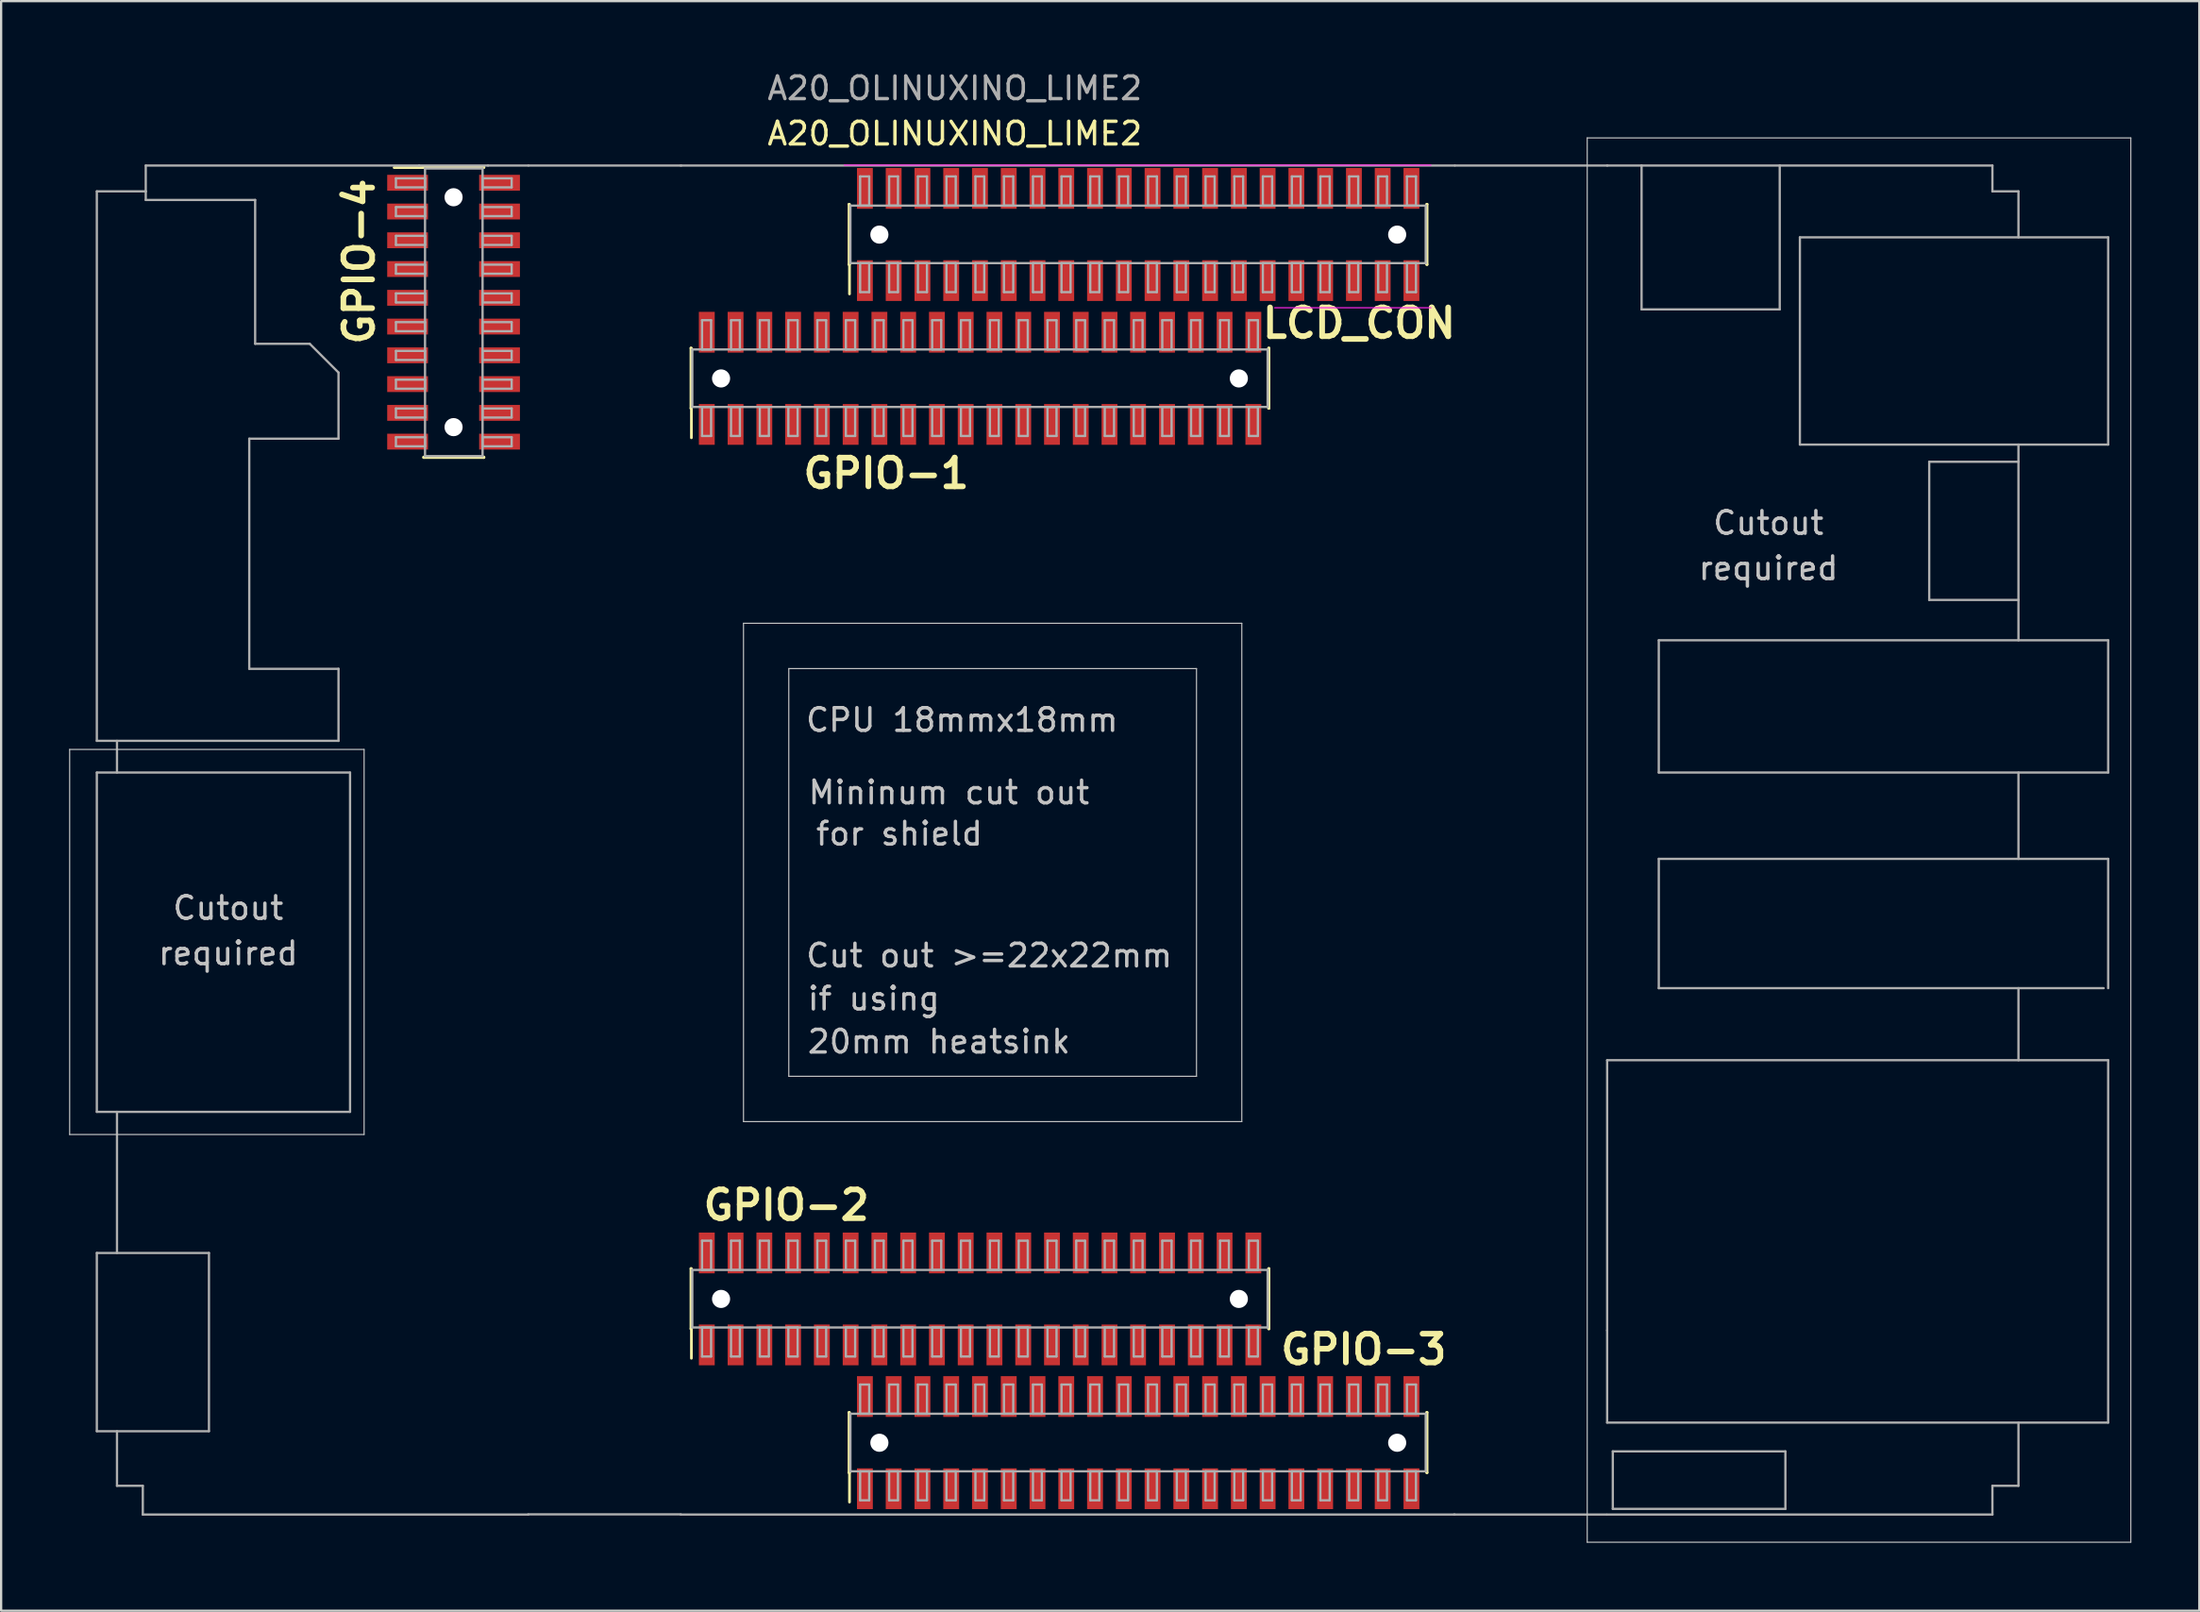
<source format=kicad_pcb>
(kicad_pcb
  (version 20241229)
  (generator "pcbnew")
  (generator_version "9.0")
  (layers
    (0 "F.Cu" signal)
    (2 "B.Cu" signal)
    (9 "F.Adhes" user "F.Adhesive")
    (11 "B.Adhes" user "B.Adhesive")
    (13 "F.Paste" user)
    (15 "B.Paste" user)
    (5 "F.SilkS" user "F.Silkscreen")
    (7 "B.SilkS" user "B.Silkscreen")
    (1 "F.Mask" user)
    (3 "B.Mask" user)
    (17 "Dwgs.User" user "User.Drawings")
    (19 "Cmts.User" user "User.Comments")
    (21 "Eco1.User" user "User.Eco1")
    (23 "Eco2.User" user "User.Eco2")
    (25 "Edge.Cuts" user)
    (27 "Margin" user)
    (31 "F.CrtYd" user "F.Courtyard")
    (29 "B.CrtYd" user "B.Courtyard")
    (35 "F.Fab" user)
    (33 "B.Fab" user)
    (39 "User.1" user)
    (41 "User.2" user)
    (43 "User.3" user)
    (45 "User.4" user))
  (footprint "A20_OLINUXINO_LIME2"
    (layer "F.Cu")
    (at 37.105 33.848)
    (property "Reference" "A20_OLINUXINO_LIME2" (at 2 -31 0) (layer "F.SilkS") (effects (font (size 1 1) (thickness 0.15))))
    (attr smd)
    (fp_line (start -22.755 -29.5) (end -21.45 -29.5) (stroke (width 0.12) (type solid)) (layer "F.SilkS"))
    (fp_line (start -21.45 -29.52) (end -18.79 -29.52) (stroke (width 0.12) (type solid)) (layer "F.SilkS"))
    (fp_line (start -21.45 -29.5) (end -21.45 -29.52) (stroke (width 0.12) (type solid)) (layer "F.SilkS"))
    (fp_line (start -21.45 -16.72) (end -21.45 -16.7) (stroke (width 0.12) (type solid)) (layer "F.SilkS"))
    (fp_line (start -21.45 -16.7) (end -18.79 -16.7) (stroke (width 0.12) (type solid)) (layer "F.SilkS"))
    (fp_line (start -18.79 -29.52) (end -18.79 -29.5) (stroke (width 0.12) (type solid)) (layer "F.SilkS"))
    (fp_line (start -18.79 -16.7) (end -18.79 -16.72) (stroke (width 0.12) (type solid)) (layer "F.SilkS"))
    (fp_line (start -9.65 -21.53) (end -9.63 -21.53) (stroke (width 0.12) (type solid)) (layer "F.SilkS"))
    (fp_line (start -9.65 -18.87) (end -9.65 -21.53) (stroke (width 0.12) (type solid)) (layer "F.SilkS"))
    (fp_line (start -9.65 19.11) (end -9.63 19.11) (stroke (width 0.12) (type solid)) (layer "F.SilkS"))
    (fp_line (start -9.65 21.77) (end -9.65 19.11) (stroke (width 0.12) (type solid)) (layer "F.SilkS"))
    (fp_line (start -9.63 -18.87) (end -9.65 -18.87) (stroke (width 0.12) (type solid)) (layer "F.SilkS"))
    (fp_line (start -9.63 -17.57) (end -9.63 -18.87) (stroke (width 0.12) (type solid)) (layer "F.SilkS"))
    (fp_line (start -9.63 21.77) (end -9.65 21.77) (stroke (width 0.12) (type solid)) (layer "F.SilkS"))
    (fp_line (start -9.63 23.07) (end -9.63 21.77) (stroke (width 0.12) (type solid)) (layer "F.SilkS"))
    (fp_line (start -2.67 -27.88) (end -2.65 -27.88) (stroke (width 0.12) (type solid)) (layer "F.SilkS"))
    (fp_line (start -2.67 -25.22) (end -2.67 -27.88) (stroke (width 0.12) (type solid)) (layer "F.SilkS"))
    (fp_line (start -2.67 25.46) (end -2.65 25.46) (stroke (width 0.12) (type solid)) (layer "F.SilkS"))
    (fp_line (start -2.67 28.12) (end -2.67 25.46) (stroke (width 0.12) (type solid)) (layer "F.SilkS"))
    (fp_line (start -2.65 -25.22) (end -2.67 -25.22) (stroke (width 0.12) (type solid)) (layer "F.SilkS"))
    (fp_line (start -2.65 -23.92) (end -2.65 -25.22) (stroke (width 0.12) (type solid)) (layer "F.SilkS"))
    (fp_line (start -2.65 28.12) (end -2.67 28.12) (stroke (width 0.12) (type solid)) (layer "F.SilkS"))
    (fp_line (start -2.65 29.42) (end -2.65 28.12) (stroke (width 0.12) (type solid)) (layer "F.SilkS"))
    (fp_line (start 15.85 -18.87) (end 15.87 -18.87) (stroke (width 0.12) (type solid)) (layer "F.SilkS"))
    (fp_line (start 15.85 21.77) (end 15.87 21.77) (stroke (width 0.12) (type solid)) (layer "F.SilkS"))
    (fp_line (start 15.87 -21.53) (end 15.85 -21.53) (stroke (width 0.12) (type solid)) (layer "F.SilkS"))
    (fp_line (start 15.87 -18.87) (end 15.87 -21.53) (stroke (width 0.12) (type solid)) (layer "F.SilkS"))
    (fp_line (start 15.87 19.11) (end 15.85 19.11) (stroke (width 0.12) (type solid)) (layer "F.SilkS"))
    (fp_line (start 15.87 21.77) (end 15.87 19.11) (stroke (width 0.12) (type solid)) (layer "F.SilkS"))
    (fp_line (start 22.83 -25.22) (end 22.85 -25.22) (stroke (width 0.12) (type solid)) (layer "F.SilkS"))
    (fp_line (start 22.83 28.12) (end 22.85 28.12) (stroke (width 0.12) (type solid)) (layer "F.SilkS"))
    (fp_line (start 22.85 -27.88) (end 22.83 -27.88) (stroke (width 0.12) (type solid)) (layer "F.SilkS"))
    (fp_line (start 22.85 -25.22) (end 22.85 -27.88) (stroke (width 0.12) (type solid)) (layer "F.SilkS"))
    (fp_line (start 22.85 25.46) (end 22.83 25.46) (stroke (width 0.12) (type solid)) (layer "F.SilkS"))
    (fp_line (start 22.85 28.12) (end 22.85 25.46) (stroke (width 0.12) (type solid)) (layer "F.SilkS"))
    (fp_line (start -37.08 -3.81) (end -37.08 13.19) (stroke (width 0.05) (type solid)) (layer "Dwgs.User"))
    (fp_line (start -37.08 13.19) (end -24.08 13.19) (stroke (width 0.05) (type solid)) (layer "Dwgs.User"))
    (fp_line (start -24.08 -3.81) (end -37.08 -3.81) (stroke (width 0.05) (type solid)) (layer "Dwgs.User"))
    (fp_line (start -24.08 13.19) (end -24.08 -3.81) (stroke (width 0.05) (type solid)) (layer "Dwgs.User"))
    (fp_line (start -7.33 -9.38) (end -7.33 12.62) (stroke (width 0.05) (type solid)) (layer "Dwgs.User"))
    (fp_line (start -7.33 12.62) (end 14.67 12.62) (stroke (width 0.05) (type solid)) (layer "Dwgs.User"))
    (fp_line (start -5.33 -7.38) (end -5.33 10.62) (stroke (width 0.05) (type solid)) (layer "Dwgs.User"))
    (fp_line (start -5.33 10.62) (end 12.67 10.62) (stroke (width 0.05) (type solid)) (layer "Dwgs.User"))
    (fp_line (start 12.67 -7.38) (end -5.33 -7.38) (stroke (width 0.05) (type solid)) (layer "Dwgs.User"))
    (fp_line (start 12.67 10.62) (end 12.67 -7.38) (stroke (width 0.05) (type solid)) (layer "Dwgs.User"))
    (fp_line (start 14.67 -9.38) (end -7.33 -9.38) (stroke (width 0.05) (type solid)) (layer "Dwgs.User"))
    (fp_line (start 14.67 12.62) (end 14.67 -9.38) (stroke (width 0.05) (type solid)) (layer "Dwgs.User"))
    (fp_line (start 29.92 -30.81) (end 53.92 -30.81) (stroke (width 0.05) (type solid)) (layer "Dwgs.User"))
    (fp_line (start 29.92 31.19) (end 29.92 -30.81) (stroke (width 0.05) (type solid)) (layer "Dwgs.User"))
    (fp_line (start 53.92 -30.81) (end 53.92 31.19) (stroke (width 0.05) (type solid)) (layer "Dwgs.User"))
    (fp_line (start 53.92 31.19) (end 29.92 31.19) (stroke (width 0.05) (type solid)) (layer "Dwgs.User"))
    (fp_line (start 16.12 -23.31) (end 23.02 -23.31) (stroke (width 0.05) (type solid)) (layer "F.CrtYd"))
    (fp_line (start 23.02 -29.61) (end -2.88 -29.61) (stroke (width 0.05) (type solid)) (layer "F.CrtYd"))
    (fp_line (start -35.88 -28.45) (end -33.72 -28.45) (stroke (width 0.1) (type solid)) (layer "F.Fab"))
    (fp_line (start -35.88 -4.19) (end -35.88 -28.45) (stroke (width 0.1) (type solid)) (layer "F.Fab"))
    (fp_line (start -35.88 -4.19) (end -25.21 -4.19) (stroke (width 0.1) (type solid)) (layer "F.Fab"))
    (fp_line (start -35.88 12.19) (end -35.88 -2.79) (stroke (width 0.1) (type solid)) (layer "F.Fab"))
    (fp_line (start -35.88 12.19) (end -24.7 12.19) (stroke (width 0.1) (type solid)) (layer "F.Fab"))
    (fp_line (start -35.88 26.29) (end -35.88 18.42) (stroke (width 0.1) (type solid)) (layer "F.Fab"))
    (fp_line (start -35.88 26.29) (end -30.93 26.29) (stroke (width 0.1) (type solid)) (layer "F.Fab"))
    (fp_line (start -34.99 -2.79) (end -34.99 -4.19) (stroke (width 0.1) (type solid)) (layer "F.Fab"))
    (fp_line (start -34.99 18.42) (end -34.99 12.19) (stroke (width 0.1) (type solid)) (layer "F.Fab"))
    (fp_line (start -34.99 28.7) (end -34.99 26.29) (stroke (width 0.1) (type solid)) (layer "F.Fab"))
    (fp_line (start -33.85 28.7) (end -34.99 28.7) (stroke (width 0.1) (type solid)) (layer "F.Fab"))
    (fp_line (start -33.85 29.97) (end -33.85 28.7) (stroke (width 0.1) (type solid)) (layer "F.Fab"))
    (fp_line (start -33.72 -29.59) (end -21.65 -29.59) (stroke (width 0.1) (type solid)) (layer "F.Fab"))
    (fp_line (start -33.72 -28.45) (end -33.72 -29.59) (stroke (width 0.1) (type solid)) (layer "F.Fab"))
    (fp_line (start -33.72 -28.07) (end -33.72 -28.45) (stroke (width 0.1) (type solid)) (layer "F.Fab"))
    (fp_line (start -30.93 18.42) (end -35.88 18.42) (stroke (width 0.1) (type solid)) (layer "F.Fab"))
    (fp_line (start -30.93 26.29) (end -30.93 18.42) (stroke (width 0.1) (type solid)) (layer "F.Fab"))
    (fp_line (start -29.15 -17.53) (end -25.21 -17.53) (stroke (width 0.1) (type solid)) (layer "F.Fab"))
    (fp_line (start -29.15 -7.37) (end -29.15 -17.53) (stroke (width 0.1) (type solid)) (layer "F.Fab"))
    (fp_line (start -28.89 -28.07) (end -33.72 -28.07) (stroke (width 0.1) (type solid)) (layer "F.Fab"))
    (fp_line (start -28.89 -21.72) (end -28.89 -28.07) (stroke (width 0.1) (type solid)) (layer "F.Fab"))
    (fp_line (start -26.48 -21.72) (end -28.89 -21.72) (stroke (width 0.1) (type solid)) (layer "F.Fab"))
    (fp_line (start -25.21 -20.45) (end -26.48 -21.72) (stroke (width 0.1) (type solid)) (layer "F.Fab"))
    (fp_line (start -25.21 -17.53) (end -25.21 -20.45) (stroke (width 0.1) (type solid)) (layer "F.Fab"))
    (fp_line (start -25.21 -7.37) (end -29.15 -7.37) (stroke (width 0.1) (type solid)) (layer "F.Fab"))
    (fp_line (start -25.21 -4.19) (end -25.21 -7.37) (stroke (width 0.1) (type solid)) (layer "F.Fab"))
    (fp_line (start -24.7 -2.79) (end -35.88 -2.79) (stroke (width 0.1) (type solid)) (layer "F.Fab"))
    (fp_line (start -24.7 12.19) (end -24.7 -2.79) (stroke (width 0.1) (type solid)) (layer "F.Fab"))
    (fp_line (start -22.675 -29.025) (end -21.39 -29.025) (stroke (width 0.1) (type solid)) (layer "F.Fab"))
    (fp_line (start -22.675 -28.625) (end -22.675 -29.025) (stroke (width 0.1) (type solid)) (layer "F.Fab"))
    (fp_line (start -22.675 -27.755) (end -21.39 -27.755) (stroke (width 0.1) (type solid)) (layer "F.Fab"))
    (fp_line (start -22.675 -27.355) (end -22.675 -27.755) (stroke (width 0.1) (type solid)) (layer "F.Fab"))
    (fp_line (start -22.675 -26.485) (end -21.39 -26.485) (stroke (width 0.1) (type solid)) (layer "F.Fab"))
    (fp_line (start -22.675 -26.085) (end -22.675 -26.485) (stroke (width 0.1) (type solid)) (layer "F.Fab"))
    (fp_line (start -22.675 -25.215) (end -21.39 -25.215) (stroke (width 0.1) (type solid)) (layer "F.Fab"))
    (fp_line (start -22.675 -24.815) (end -22.675 -25.215) (stroke (width 0.1) (type solid)) (layer "F.Fab"))
    (fp_line (start -22.675 -23.945) (end -21.39 -23.945) (stroke (width 0.1) (type solid)) (layer "F.Fab"))
    (fp_line (start -22.675 -23.545) (end -22.675 -23.945) (stroke (width 0.1) (type solid)) (layer "F.Fab"))
    (fp_line (start -22.675 -22.675) (end -21.39 -22.675) (stroke (width 0.1) (type solid)) (layer "F.Fab"))
    (fp_line (start -22.675 -22.275) (end -22.675 -22.675) (stroke (width 0.1) (type solid)) (layer "F.Fab"))
    (fp_line (start -22.675 -21.405) (end -21.39 -21.405) (stroke (width 0.1) (type solid)) (layer "F.Fab"))
    (fp_line (start -22.675 -21.005) (end -22.675 -21.405) (stroke (width 0.1) (type solid)) (layer "F.Fab"))
    (fp_line (start -22.675 -20.135) (end -21.39 -20.135) (stroke (width 0.1) (type solid)) (layer "F.Fab"))
    (fp_line (start -22.675 -19.735) (end -22.675 -20.135) (stroke (width 0.1) (type solid)) (layer "F.Fab"))
    (fp_line (start -22.675 -18.865) (end -21.39 -18.865) (stroke (width 0.1) (type solid)) (layer "F.Fab"))
    (fp_line (start -22.675 -18.465) (end -22.675 -18.865) (stroke (width 0.1) (type solid)) (layer "F.Fab"))
    (fp_line (start -22.675 -17.595) (end -21.39 -17.595) (stroke (width 0.1) (type solid)) (layer "F.Fab"))
    (fp_line (start -22.675 -17.195) (end -22.675 -17.595) (stroke (width 0.1) (type solid)) (layer "F.Fab"))
    (fp_line (start -21.65 -29.59) (end -18.61 -29.59) (stroke (width 0.1) (type solid)) (layer "F.Fab"))
    (fp_line (start -21.39 -29.46) (end -21.39 -16.76) (stroke (width 0.1) (type solid)) (layer "F.Fab"))
    (fp_line (start -21.39 -29.025) (end -21.39 -28.625) (stroke (width 0.1) (type solid)) (layer "F.Fab"))
    (fp_line (start -21.39 -28.625) (end -22.675 -28.625) (stroke (width 0.1) (type solid)) (layer "F.Fab"))
    (fp_line (start -21.39 -27.755) (end -21.39 -27.355) (stroke (width 0.1) (type solid)) (layer "F.Fab"))
    (fp_line (start -21.39 -27.355) (end -22.675 -27.355) (stroke (width 0.1) (type solid)) (layer "F.Fab"))
    (fp_line (start -21.39 -26.485) (end -21.39 -26.085) (stroke (width 0.1) (type solid)) (layer "F.Fab"))
    (fp_line (start -21.39 -26.085) (end -22.675 -26.085) (stroke (width 0.1) (type solid)) (layer "F.Fab"))
    (fp_line (start -21.39 -25.215) (end -21.39 -24.815) (stroke (width 0.1) (type solid)) (layer "F.Fab"))
    (fp_line (start -21.39 -24.815) (end -22.675 -24.815) (stroke (width 0.1) (type solid)) (layer "F.Fab"))
    (fp_line (start -21.39 -23.945) (end -21.39 -23.545) (stroke (width 0.1) (type solid)) (layer "F.Fab"))
    (fp_line (start -21.39 -23.545) (end -22.675 -23.545) (stroke (width 0.1) (type solid)) (layer "F.Fab"))
    (fp_line (start -21.39 -22.675) (end -21.39 -22.275) (stroke (width 0.1) (type solid)) (layer "F.Fab"))
    (fp_line (start -21.39 -22.275) (end -22.675 -22.275) (stroke (width 0.1) (type solid)) (layer "F.Fab"))
    (fp_line (start -21.39 -21.405) (end -21.39 -21.005) (stroke (width 0.1) (type solid)) (layer "F.Fab"))
    (fp_line (start -21.39 -21.005) (end -22.675 -21.005) (stroke (width 0.1) (type solid)) (layer "F.Fab"))
    (fp_line (start -21.39 -20.135) (end -21.39 -19.735) (stroke (width 0.1) (type solid)) (layer "F.Fab"))
    (fp_line (start -21.39 -19.735) (end -22.675 -19.735) (stroke (width 0.1) (type solid)) (layer "F.Fab"))
    (fp_line (start -21.39 -18.865) (end -21.39 -18.465) (stroke (width 0.1) (type solid)) (layer "F.Fab"))
    (fp_line (start -21.39 -18.465) (end -22.675 -18.465) (stroke (width 0.1) (type solid)) (layer "F.Fab"))
    (fp_line (start -21.39 -17.595) (end -21.39 -17.195) (stroke (width 0.1) (type solid)) (layer "F.Fab"))
    (fp_line (start -21.39 -17.195) (end -22.675 -17.195) (stroke (width 0.1) (type solid)) (layer "F.Fab"))
    (fp_line (start -21.39 -16.76) (end -18.85 -16.76) (stroke (width 0.1) (type solid)) (layer "F.Fab"))
    (fp_line (start -18.85 -29.46) (end -21.39 -29.46) (stroke (width 0.1) (type solid)) (layer "F.Fab"))
    (fp_line (start -18.85 -29.025) (end -18.85 -28.625) (stroke (width 0.1) (type solid)) (layer "F.Fab"))
    (fp_line (start -18.85 -28.625) (end -17.565 -28.625) (stroke (width 0.1) (type solid)) (layer "F.Fab"))
    (fp_line (start -18.85 -27.755) (end -18.85 -27.355) (stroke (width 0.1) (type solid)) (layer "F.Fab"))
    (fp_line (start -18.85 -27.355) (end -17.565 -27.355) (stroke (width 0.1) (type solid)) (layer "F.Fab"))
    (fp_line (start -18.85 -26.485) (end -18.85 -26.085) (stroke (width 0.1) (type solid)) (layer "F.Fab"))
    (fp_line (start -18.85 -26.085) (end -17.565 -26.085) (stroke (width 0.1) (type solid)) (layer "F.Fab"))
    (fp_line (start -18.85 -25.215) (end -18.85 -24.815) (stroke (width 0.1) (type solid)) (layer "F.Fab"))
    (fp_line (start -18.85 -24.815) (end -17.565 -24.815) (stroke (width 0.1) (type solid)) (layer "F.Fab"))
    (fp_line (start -18.85 -23.945) (end -18.85 -23.545) (stroke (width 0.1) (type solid)) (layer "F.Fab"))
    (fp_line (start -18.85 -23.545) (end -17.565 -23.545) (stroke (width 0.1) (type solid)) (layer "F.Fab"))
    (fp_line (start -18.85 -22.675) (end -18.85 -22.275) (stroke (width 0.1) (type solid)) (layer "F.Fab"))
    (fp_line (start -18.85 -22.275) (end -17.565 -22.275) (stroke (width 0.1) (type solid)) (layer "F.Fab"))
    (fp_line (start -18.85 -21.405) (end -18.85 -21.005) (stroke (width 0.1) (type solid)) (layer "F.Fab"))
    (fp_line (start -18.85 -21.005) (end -17.565 -21.005) (stroke (width 0.1) (type solid)) (layer "F.Fab"))
    (fp_line (start -18.85 -20.135) (end -18.85 -19.735) (stroke (width 0.1) (type solid)) (layer "F.Fab"))
    (fp_line (start -18.85 -19.735) (end -17.565 -19.735) (stroke (width 0.1) (type solid)) (layer "F.Fab"))
    (fp_line (start -18.85 -18.865) (end -18.85 -18.465) (stroke (width 0.1) (type solid)) (layer "F.Fab"))
    (fp_line (start -18.85 -18.465) (end -17.565 -18.465) (stroke (width 0.1) (type solid)) (layer "F.Fab"))
    (fp_line (start -18.85 -17.595) (end -18.85 -17.195) (stroke (width 0.1) (type solid)) (layer "F.Fab"))
    (fp_line (start -18.85 -17.195) (end -17.565 -17.195) (stroke (width 0.1) (type solid)) (layer "F.Fab"))
    (fp_line (start -18.85 -16.76) (end -18.85 -29.46) (stroke (width 0.1) (type solid)) (layer "F.Fab"))
    (fp_line (start -18.61 -29.59) (end -16.83 -29.59) (stroke (width 0.1) (type solid)) (layer "F.Fab"))
    (fp_line (start -17.565 -29.025) (end -18.85 -29.025) (stroke (width 0.1) (type solid)) (layer "F.Fab"))
    (fp_line (start -17.565 -28.625) (end -17.565 -29.025) (stroke (width 0.1) (type solid)) (layer "F.Fab"))
    (fp_line (start -17.565 -27.755) (end -18.85 -27.755) (stroke (width 0.1) (type solid)) (layer "F.Fab"))
    (fp_line (start -17.565 -27.355) (end -17.565 -27.755) (stroke (width 0.1) (type solid)) (layer "F.Fab"))
    (fp_line (start -17.565 -26.485) (end -18.85 -26.485) (stroke (width 0.1) (type solid)) (layer "F.Fab"))
    (fp_line (start -17.565 -26.085) (end -17.565 -26.485) (stroke (width 0.1) (type solid)) (layer "F.Fab"))
    (fp_line (start -17.565 -25.215) (end -18.85 -25.215) (stroke (width 0.1) (type solid)) (layer "F.Fab"))
    (fp_line (start -17.565 -24.815) (end -17.565 -25.215) (stroke (width 0.1) (type solid)) (layer "F.Fab"))
    (fp_line (start -17.565 -23.945) (end -18.85 -23.945) (stroke (width 0.1) (type solid)) (layer "F.Fab"))
    (fp_line (start -17.565 -23.545) (end -17.565 -23.945) (stroke (width 0.1) (type solid)) (layer "F.Fab"))
    (fp_line (start -17.565 -22.675) (end -18.85 -22.675) (stroke (width 0.1) (type solid)) (layer "F.Fab"))
    (fp_line (start -17.565 -22.275) (end -17.565 -22.675) (stroke (width 0.1) (type solid)) (layer "F.Fab"))
    (fp_line (start -17.565 -21.405) (end -18.85 -21.405) (stroke (width 0.1) (type solid)) (layer "F.Fab"))
    (fp_line (start -17.565 -21.005) (end -17.565 -21.405) (stroke (width 0.1) (type solid)) (layer "F.Fab"))
    (fp_line (start -17.565 -20.135) (end -18.85 -20.135) (stroke (width 0.1) (type solid)) (layer "F.Fab"))
    (fp_line (start -17.565 -19.735) (end -17.565 -20.135) (stroke (width 0.1) (type solid)) (layer "F.Fab"))
    (fp_line (start -17.565 -18.865) (end -18.85 -18.865) (stroke (width 0.1) (type solid)) (layer "F.Fab"))
    (fp_line (start -17.565 -18.465) (end -17.565 -18.865) (stroke (width 0.1) (type solid)) (layer "F.Fab"))
    (fp_line (start -17.565 -17.595) (end -18.85 -17.595) (stroke (width 0.1) (type solid)) (layer "F.Fab"))
    (fp_line (start -17.565 -17.195) (end -17.565 -17.595) (stroke (width 0.1) (type solid)) (layer "F.Fab"))
    (fp_line (start -16.83 29.97) (end -33.85 29.97) (stroke (width 0.1) (type solid)) (layer "F.Fab"))
    (fp_line (start -16.82 -29.59) (end -10.08 -29.59) (stroke (width 0.1) (type solid)) (layer "F.Fab"))
    (fp_line (start -10.1 -29.59) (end 24.07 -29.59) (stroke (width 0.1) (type solid)) (layer "F.Fab"))
    (fp_line (start -10.1 29.96) (end -16.83 29.96) (stroke (width 0.1) (type solid)) (layer "F.Fab"))
    (fp_line (start -9.59 -21.47) (end -9.59 -18.93) (stroke (width 0.1) (type solid)) (layer "F.Fab"))
    (fp_line (start -9.59 -18.93) (end 15.81 -18.93) (stroke (width 0.1) (type solid)) (layer "F.Fab"))
    (fp_line (start -9.59 19.17) (end -9.59 21.71) (stroke (width 0.1) (type solid)) (layer "F.Fab"))
    (fp_line (start -9.59 21.71) (end 15.81 21.71) (stroke (width 0.1) (type solid)) (layer "F.Fab"))
    (fp_line (start -9.16 -22.76) (end -9.16 -21.47) (stroke (width 0.1) (type solid)) (layer "F.Fab"))
    (fp_line (start -9.16 -21.47) (end -8.76 -21.47) (stroke (width 0.1) (type solid)) (layer "F.Fab"))
    (fp_line (start -9.16 -18.93) (end -8.76 -18.93) (stroke (width 0.1) (type solid)) (layer "F.Fab"))
    (fp_line (start -9.16 -17.65) (end -9.16 -18.93) (stroke (width 0.1) (type solid)) (layer "F.Fab"))
    (fp_line (start -9.16 17.88) (end -9.16 19.17) (stroke (width 0.1) (type solid)) (layer "F.Fab"))
    (fp_line (start -9.16 19.17) (end -8.76 19.17) (stroke (width 0.1) (type solid)) (layer "F.Fab"))
    (fp_line (start -9.16 21.71) (end -8.76 21.71) (stroke (width 0.1) (type solid)) (layer "F.Fab"))
    (fp_line (start -9.16 22.99) (end -9.16 21.71) (stroke (width 0.1) (type solid)) (layer "F.Fab"))
    (fp_line (start -8.76 -22.76) (end -9.16 -22.76) (stroke (width 0.1) (type solid)) (layer "F.Fab"))
    (fp_line (start -8.76 -21.47) (end -8.76 -22.76) (stroke (width 0.1) (type solid)) (layer "F.Fab"))
    (fp_line (start -8.76 -18.93) (end -8.76 -17.65) (stroke (width 0.1) (type solid)) (layer "F.Fab"))
    (fp_line (start -8.76 -17.65) (end -9.16 -17.65) (stroke (width 0.1) (type solid)) (layer "F.Fab"))
    (fp_line (start -8.76 17.88) (end -9.16 17.88) (stroke (width 0.1) (type solid)) (layer "F.Fab"))
    (fp_line (start -8.76 19.17) (end -8.76 17.88) (stroke (width 0.1) (type solid)) (layer "F.Fab"))
    (fp_line (start -8.76 21.71) (end -8.76 22.99) (stroke (width 0.1) (type solid)) (layer "F.Fab"))
    (fp_line (start -8.76 22.99) (end -9.16 22.99) (stroke (width 0.1) (type solid)) (layer "F.Fab"))
    (fp_line (start -7.88 -22.76) (end -7.88 -21.47) (stroke (width 0.1) (type solid)) (layer "F.Fab"))
    (fp_line (start -7.88 -21.47) (end -7.49 -21.47) (stroke (width 0.1) (type solid)) (layer "F.Fab"))
    (fp_line (start -7.88 -18.93) (end -7.49 -18.93) (stroke (width 0.1) (type solid)) (layer "F.Fab"))
    (fp_line (start -7.88 -17.65) (end -7.88 -18.93) (stroke (width 0.1) (type solid)) (layer "F.Fab"))
    (fp_line (start -7.88 17.88) (end -7.88 19.17) (stroke (width 0.1) (type solid)) (layer "F.Fab"))
    (fp_line (start -7.88 19.17) (end -7.49 19.17) (stroke (width 0.1) (type solid)) (layer "F.Fab"))
    (fp_line (start -7.88 21.71) (end -7.49 21.71) (stroke (width 0.1) (type solid)) (layer "F.Fab"))
    (fp_line (start -7.88 22.99) (end -7.88 21.71) (stroke (width 0.1) (type solid)) (layer "F.Fab"))
    (fp_line (start -7.49 -22.76) (end -7.88 -22.76) (stroke (width 0.1) (type solid)) (layer "F.Fab"))
    (fp_line (start -7.49 -21.47) (end -7.49 -22.76) (stroke (width 0.1) (type solid)) (layer "F.Fab"))
    (fp_line (start -7.49 -18.93) (end -7.49 -17.65) (stroke (width 0.1) (type solid)) (layer "F.Fab"))
    (fp_line (start -7.49 -17.65) (end -7.88 -17.65) (stroke (width 0.1) (type solid)) (layer "F.Fab"))
    (fp_line (start -7.49 17.88) (end -7.88 17.88) (stroke (width 0.1) (type solid)) (layer "F.Fab"))
    (fp_line (start -7.49 19.17) (end -7.49 17.88) (stroke (width 0.1) (type solid)) (layer "F.Fab"))
    (fp_line (start -7.49 21.71) (end -7.49 22.99) (stroke (width 0.1) (type solid)) (layer "F.Fab"))
    (fp_line (start -7.49 22.99) (end -7.88 22.99) (stroke (width 0.1) (type solid)) (layer "F.Fab"))
    (fp_line (start -6.61 -22.76) (end -6.61 -21.47) (stroke (width 0.1) (type solid)) (layer "F.Fab"))
    (fp_line (start -6.61 -21.47) (end -6.21 -21.47) (stroke (width 0.1) (type solid)) (layer "F.Fab"))
    (fp_line (start -6.61 -18.93) (end -6.21 -18.93) (stroke (width 0.1) (type solid)) (layer "F.Fab"))
    (fp_line (start -6.61 -17.65) (end -6.61 -18.93) (stroke (width 0.1) (type solid)) (layer "F.Fab"))
    (fp_line (start -6.61 17.88) (end -6.61 19.17) (stroke (width 0.1) (type solid)) (layer "F.Fab"))
    (fp_line (start -6.61 19.17) (end -6.21 19.17) (stroke (width 0.1) (type solid)) (layer "F.Fab"))
    (fp_line (start -6.61 21.71) (end -6.21 21.71) (stroke (width 0.1) (type solid)) (layer "F.Fab"))
    (fp_line (start -6.61 22.99) (end -6.61 21.71) (stroke (width 0.1) (type solid)) (layer "F.Fab"))
    (fp_line (start -6.21 -22.76) (end -6.61 -22.76) (stroke (width 0.1) (type solid)) (layer "F.Fab"))
    (fp_line (start -6.21 -21.47) (end -6.21 -22.76) (stroke (width 0.1) (type solid)) (layer "F.Fab"))
    (fp_line (start -6.21 -18.93) (end -6.21 -17.65) (stroke (width 0.1) (type solid)) (layer "F.Fab"))
    (fp_line (start -6.21 -17.65) (end -6.61 -17.65) (stroke (width 0.1) (type solid)) (layer "F.Fab"))
    (fp_line (start -6.21 17.88) (end -6.61 17.88) (stroke (width 0.1) (type solid)) (layer "F.Fab"))
    (fp_line (start -6.21 19.17) (end -6.21 17.88) (stroke (width 0.1) (type solid)) (layer "F.Fab"))
    (fp_line (start -6.21 21.71) (end -6.21 22.99) (stroke (width 0.1) (type solid)) (layer "F.Fab"))
    (fp_line (start -6.21 22.99) (end -6.61 22.99) (stroke (width 0.1) (type solid)) (layer "F.Fab"))
    (fp_line (start -5.35 -22.76) (end -5.35 -21.47) (stroke (width 0.1) (type solid)) (layer "F.Fab"))
    (fp_line (start -5.35 -21.47) (end -4.94 -21.47) (stroke (width 0.1) (type solid)) (layer "F.Fab"))
    (fp_line (start -5.35 -18.93) (end -4.94 -18.93) (stroke (width 0.1) (type solid)) (layer "F.Fab"))
    (fp_line (start -5.35 -17.65) (end -5.35 -18.93) (stroke (width 0.1) (type solid)) (layer "F.Fab"))
    (fp_line (start -5.35 17.88) (end -5.35 19.17) (stroke (width 0.1) (type solid)) (layer "F.Fab"))
    (fp_line (start -5.35 19.17) (end -4.94 19.17) (stroke (width 0.1) (type solid)) (layer "F.Fab"))
    (fp_line (start -5.35 21.71) (end -4.94 21.71) (stroke (width 0.1) (type solid)) (layer "F.Fab"))
    (fp_line (start -5.35 22.99) (end -5.35 21.71) (stroke (width 0.1) (type solid)) (layer "F.Fab"))
    (fp_line (start -4.94 -22.76) (end -5.35 -22.76) (stroke (width 0.1) (type solid)) (layer "F.Fab"))
    (fp_line (start -4.94 -21.47) (end -4.94 -22.76) (stroke (width 0.1) (type solid)) (layer "F.Fab"))
    (fp_line (start -4.94 -18.93) (end -4.94 -17.65) (stroke (width 0.1) (type solid)) (layer "F.Fab"))
    (fp_line (start -4.94 -17.65) (end -5.35 -17.65) (stroke (width 0.1) (type solid)) (layer "F.Fab"))
    (fp_line (start -4.94 17.88) (end -5.35 17.88) (stroke (width 0.1) (type solid)) (layer "F.Fab"))
    (fp_line (start -4.94 19.17) (end -4.94 17.88) (stroke (width 0.1) (type solid)) (layer "F.Fab"))
    (fp_line (start -4.94 21.71) (end -4.94 22.99) (stroke (width 0.1) (type solid)) (layer "F.Fab"))
    (fp_line (start -4.94 22.99) (end -5.35 22.99) (stroke (width 0.1) (type solid)) (layer "F.Fab"))
    (fp_line (start -4.07 -22.76) (end -4.07 -21.47) (stroke (width 0.1) (type solid)) (layer "F.Fab"))
    (fp_line (start -4.07 -21.47) (end -3.68 -21.47) (stroke (width 0.1) (type solid)) (layer "F.Fab"))
    (fp_line (start -4.07 -18.93) (end -3.68 -18.93) (stroke (width 0.1) (type solid)) (layer "F.Fab"))
    (fp_line (start -4.07 -17.65) (end -4.07 -18.93) (stroke (width 0.1) (type solid)) (layer "F.Fab"))
    (fp_line (start -4.07 17.88) (end -4.07 19.17) (stroke (width 0.1) (type solid)) (layer "F.Fab"))
    (fp_line (start -4.07 19.17) (end -3.68 19.17) (stroke (width 0.1) (type solid)) (layer "F.Fab"))
    (fp_line (start -4.07 21.71) (end -3.68 21.71) (stroke (width 0.1) (type solid)) (layer "F.Fab"))
    (fp_line (start -4.07 22.99) (end -4.07 21.71) (stroke (width 0.1) (type solid)) (layer "F.Fab"))
    (fp_line (start -3.68 -22.76) (end -4.07 -22.76) (stroke (width 0.1) (type solid)) (layer "F.Fab"))
    (fp_line (start -3.68 -21.47) (end -3.68 -22.76) (stroke (width 0.1) (type solid)) (layer "F.Fab"))
    (fp_line (start -3.68 -18.93) (end -3.68 -17.65) (stroke (width 0.1) (type solid)) (layer "F.Fab"))
    (fp_line (start -3.68 -17.65) (end -4.07 -17.65) (stroke (width 0.1) (type solid)) (layer "F.Fab"))
    (fp_line (start -3.68 17.88) (end -4.07 17.88) (stroke (width 0.1) (type solid)) (layer "F.Fab"))
    (fp_line (start -3.68 19.17) (end -3.68 17.88) (stroke (width 0.1) (type solid)) (layer "F.Fab"))
    (fp_line (start -3.68 21.71) (end -3.68 22.99) (stroke (width 0.1) (type solid)) (layer "F.Fab"))
    (fp_line (start -3.68 22.99) (end -4.07 22.99) (stroke (width 0.1) (type solid)) (layer "F.Fab"))
    (fp_line (start -2.81 -22.76) (end -2.81 -21.47) (stroke (width 0.1) (type solid)) (layer "F.Fab"))
    (fp_line (start -2.81 -21.47) (end -2.4 -21.47) (stroke (width 0.1) (type solid)) (layer "F.Fab"))
    (fp_line (start -2.81 -18.93) (end -2.4 -18.93) (stroke (width 0.1) (type solid)) (layer "F.Fab"))
    (fp_line (start -2.81 -17.65) (end -2.81 -18.93) (stroke (width 0.1) (type solid)) (layer "F.Fab"))
    (fp_line (start -2.81 17.88) (end -2.81 19.17) (stroke (width 0.1) (type solid)) (layer "F.Fab"))
    (fp_line (start -2.81 19.17) (end -2.4 19.17) (stroke (width 0.1) (type solid)) (layer "F.Fab"))
    (fp_line (start -2.81 21.71) (end -2.4 21.71) (stroke (width 0.1) (type solid)) (layer "F.Fab"))
    (fp_line (start -2.81 22.99) (end -2.81 21.71) (stroke (width 0.1) (type solid)) (layer "F.Fab"))
    (fp_line (start -2.61 -27.82) (end -2.61 -25.28) (stroke (width 0.1) (type solid)) (layer "F.Fab"))
    (fp_line (start -2.61 -25.28) (end 22.79 -25.28) (stroke (width 0.1) (type solid)) (layer "F.Fab"))
    (fp_line (start -2.61 25.52) (end -2.61 28.06) (stroke (width 0.1) (type solid)) (layer "F.Fab"))
    (fp_line (start -2.61 28.06) (end 22.79 28.06) (stroke (width 0.1) (type solid)) (layer "F.Fab"))
    (fp_line (start -2.4 -22.76) (end -2.81 -22.76) (stroke (width 0.1) (type solid)) (layer "F.Fab"))
    (fp_line (start -2.4 -21.47) (end -2.4 -22.76) (stroke (width 0.1) (type solid)) (layer "F.Fab"))
    (fp_line (start -2.4 -18.93) (end -2.4 -17.65) (stroke (width 0.1) (type solid)) (layer "F.Fab"))
    (fp_line (start -2.4 -17.65) (end -2.81 -17.65) (stroke (width 0.1) (type solid)) (layer "F.Fab"))
    (fp_line (start -2.4 17.88) (end -2.81 17.88) (stroke (width 0.1) (type solid)) (layer "F.Fab"))
    (fp_line (start -2.4 19.17) (end -2.4 17.88) (stroke (width 0.1) (type solid)) (layer "F.Fab"))
    (fp_line (start -2.4 21.71) (end -2.4 22.99) (stroke (width 0.1) (type solid)) (layer "F.Fab"))
    (fp_line (start -2.4 22.99) (end -2.81 22.99) (stroke (width 0.1) (type solid)) (layer "F.Fab"))
    (fp_line (start -2.18 -29.11) (end -2.18 -27.82) (stroke (width 0.1) (type solid)) (layer "F.Fab"))
    (fp_line (start -2.18 -27.82) (end -1.78 -27.82) (stroke (width 0.1) (type solid)) (layer "F.Fab"))
    (fp_line (start -2.18 -25.28) (end -1.78 -25.28) (stroke (width 0.1) (type solid)) (layer "F.Fab"))
    (fp_line (start -2.18 -24) (end -2.18 -25.28) (stroke (width 0.1) (type solid)) (layer "F.Fab"))
    (fp_line (start -2.18 24.23) (end -2.18 25.52) (stroke (width 0.1) (type solid)) (layer "F.Fab"))
    (fp_line (start -2.18 25.52) (end -1.78 25.52) (stroke (width 0.1) (type solid)) (layer "F.Fab"))
    (fp_line (start -2.18 28.06) (end -1.78 28.06) (stroke (width 0.1) (type solid)) (layer "F.Fab"))
    (fp_line (start -2.18 29.34) (end -2.18 28.06) (stroke (width 0.1) (type solid)) (layer "F.Fab"))
    (fp_line (start -1.78 -29.11) (end -2.18 -29.11) (stroke (width 0.1) (type solid)) (layer "F.Fab"))
    (fp_line (start -1.78 -27.82) (end -1.78 -29.11) (stroke (width 0.1) (type solid)) (layer "F.Fab"))
    (fp_line (start -1.78 -25.28) (end -1.78 -24) (stroke (width 0.1) (type solid)) (layer "F.Fab"))
    (fp_line (start -1.78 -24) (end -2.18 -24) (stroke (width 0.1) (type solid)) (layer "F.Fab"))
    (fp_line (start -1.78 24.23) (end -2.18 24.23) (stroke (width 0.1) (type solid)) (layer "F.Fab"))
    (fp_line (start -1.78 25.52) (end -1.78 24.23) (stroke (width 0.1) (type solid)) (layer "F.Fab"))
    (fp_line (start -1.78 28.06) (end -1.78 29.34) (stroke (width 0.1) (type solid)) (layer "F.Fab"))
    (fp_line (start -1.78 29.34) (end -2.18 29.34) (stroke (width 0.1) (type solid)) (layer "F.Fab"))
    (fp_line (start -1.53 -22.76) (end -1.53 -21.47) (stroke (width 0.1) (type solid)) (layer "F.Fab"))
    (fp_line (start -1.53 -21.47) (end -1.14 -21.47) (stroke (width 0.1) (type solid)) (layer "F.Fab"))
    (fp_line (start -1.53 -18.93) (end -1.14 -18.93) (stroke (width 0.1) (type solid)) (layer "F.Fab"))
    (fp_line (start -1.53 -17.65) (end -1.53 -18.93) (stroke (width 0.1) (type solid)) (layer "F.Fab"))
    (fp_line (start -1.53 17.88) (end -1.53 19.17) (stroke (width 0.1) (type solid)) (layer "F.Fab"))
    (fp_line (start -1.53 19.17) (end -1.14 19.17) (stroke (width 0.1) (type solid)) (layer "F.Fab"))
    (fp_line (start -1.53 21.71) (end -1.14 21.71) (stroke (width 0.1) (type solid)) (layer "F.Fab"))
    (fp_line (start -1.53 22.99) (end -1.53 21.71) (stroke (width 0.1) (type solid)) (layer "F.Fab"))
    (fp_line (start -1.14 -22.76) (end -1.53 -22.76) (stroke (width 0.1) (type solid)) (layer "F.Fab"))
    (fp_line (start -1.14 -21.47) (end -1.14 -22.76) (stroke (width 0.1) (type solid)) (layer "F.Fab"))
    (fp_line (start -1.14 -18.93) (end -1.14 -17.65) (stroke (width 0.1) (type solid)) (layer "F.Fab"))
    (fp_line (start -1.14 -17.65) (end -1.53 -17.65) (stroke (width 0.1) (type solid)) (layer "F.Fab"))
    (fp_line (start -1.14 17.88) (end -1.53 17.88) (stroke (width 0.1) (type solid)) (layer "F.Fab"))
    (fp_line (start -1.14 19.17) (end -1.14 17.88) (stroke (width 0.1) (type solid)) (layer "F.Fab"))
    (fp_line (start -1.14 21.71) (end -1.14 22.99) (stroke (width 0.1) (type solid)) (layer "F.Fab"))
    (fp_line (start -1.14 22.99) (end -1.53 22.99) (stroke (width 0.1) (type solid)) (layer "F.Fab"))
    (fp_line (start -0.9 -29.11) (end -0.9 -27.82) (stroke (width 0.1) (type solid)) (layer "F.Fab"))
    (fp_line (start -0.9 -27.82) (end -0.51 -27.82) (stroke (width 0.1) (type solid)) (layer "F.Fab"))
    (fp_line (start -0.9 -25.28) (end -0.51 -25.28) (stroke (width 0.1) (type solid)) (layer "F.Fab"))
    (fp_line (start -0.9 -24) (end -0.9 -25.28) (stroke (width 0.1) (type solid)) (layer "F.Fab"))
    (fp_line (start -0.9 24.23) (end -0.9 25.52) (stroke (width 0.1) (type solid)) (layer "F.Fab"))
    (fp_line (start -0.9 25.52) (end -0.51 25.52) (stroke (width 0.1) (type solid)) (layer "F.Fab"))
    (fp_line (start -0.9 28.06) (end -0.51 28.06) (stroke (width 0.1) (type solid)) (layer "F.Fab"))
    (fp_line (start -0.9 29.34) (end -0.9 28.06) (stroke (width 0.1) (type solid)) (layer "F.Fab"))
    (fp_line (start -0.51 -29.11) (end -0.9 -29.11) (stroke (width 0.1) (type solid)) (layer "F.Fab"))
    (fp_line (start -0.51 -27.82) (end -0.51 -29.11) (stroke (width 0.1) (type solid)) (layer "F.Fab"))
    (fp_line (start -0.51 -25.28) (end -0.51 -24) (stroke (width 0.1) (type solid)) (layer "F.Fab"))
    (fp_line (start -0.51 -24) (end -0.9 -24) (stroke (width 0.1) (type solid)) (layer "F.Fab"))
    (fp_line (start -0.51 24.23) (end -0.9 24.23) (stroke (width 0.1) (type solid)) (layer "F.Fab"))
    (fp_line (start -0.51 25.52) (end -0.51 24.23) (stroke (width 0.1) (type solid)) (layer "F.Fab"))
    (fp_line (start -0.51 28.06) (end -0.51 29.34) (stroke (width 0.1) (type solid)) (layer "F.Fab"))
    (fp_line (start -0.51 29.34) (end -0.9 29.34) (stroke (width 0.1) (type solid)) (layer "F.Fab"))
    (fp_line (start -0.27 -22.76) (end -0.27 -21.47) (stroke (width 0.1) (type solid)) (layer "F.Fab"))
    (fp_line (start -0.27 -21.47) (end 0.13 -21.47) (stroke (width 0.1) (type solid)) (layer "F.Fab"))
    (fp_line (start -0.27 -18.93) (end 0.13 -18.93) (stroke (width 0.1) (type solid)) (layer "F.Fab"))
    (fp_line (start -0.27 -17.65) (end -0.27 -18.93) (stroke (width 0.1) (type solid)) (layer "F.Fab"))
    (fp_line (start -0.27 17.88) (end -0.27 19.17) (stroke (width 0.1) (type solid)) (layer "F.Fab"))
    (fp_line (start -0.27 19.17) (end 0.13 19.17) (stroke (width 0.1) (type solid)) (layer "F.Fab"))
    (fp_line (start -0.27 21.71) (end 0.13 21.71) (stroke (width 0.1) (type solid)) (layer "F.Fab"))
    (fp_line (start -0.27 22.99) (end -0.27 21.71) (stroke (width 0.1) (type solid)) (layer "F.Fab"))
    (fp_line (start 0.13 -22.76) (end -0.27 -22.76) (stroke (width 0.1) (type solid)) (layer "F.Fab"))
    (fp_line (start 0.13 -21.47) (end 0.13 -22.76) (stroke (width 0.1) (type solid)) (layer "F.Fab"))
    (fp_line (start 0.13 -18.93) (end 0.13 -17.65) (stroke (width 0.1) (type solid)) (layer "F.Fab"))
    (fp_line (start 0.13 -17.65) (end -0.27 -17.65) (stroke (width 0.1) (type solid)) (layer "F.Fab"))
    (fp_line (start 0.13 17.88) (end -0.27 17.88) (stroke (width 0.1) (type solid)) (layer "F.Fab"))
    (fp_line (start 0.13 19.17) (end 0.13 17.88) (stroke (width 0.1) (type solid)) (layer "F.Fab"))
    (fp_line (start 0.13 21.71) (end 0.13 22.99) (stroke (width 0.1) (type solid)) (layer "F.Fab"))
    (fp_line (start 0.13 22.99) (end -0.27 22.99) (stroke (width 0.1) (type solid)) (layer "F.Fab"))
    (fp_line (start 0.37 -29.11) (end 0.37 -27.82) (stroke (width 0.1) (type solid)) (layer "F.Fab"))
    (fp_line (start 0.37 -27.82) (end 0.77 -27.82) (stroke (width 0.1) (type solid)) (layer "F.Fab"))
    (fp_line (start 0.37 -25.28) (end 0.77 -25.28) (stroke (width 0.1) (type solid)) (layer "F.Fab"))
    (fp_line (start 0.37 -24) (end 0.37 -25.28) (stroke (width 0.1) (type solid)) (layer "F.Fab"))
    (fp_line (start 0.37 24.23) (end 0.37 25.52) (stroke (width 0.1) (type solid)) (layer "F.Fab"))
    (fp_line (start 0.37 25.52) (end 0.77 25.52) (stroke (width 0.1) (type solid)) (layer "F.Fab"))
    (fp_line (start 0.37 28.06) (end 0.77 28.06) (stroke (width 0.1) (type solid)) (layer "F.Fab"))
    (fp_line (start 0.37 29.34) (end 0.37 28.06) (stroke (width 0.1) (type solid)) (layer "F.Fab"))
    (fp_line (start 0.77 -29.11) (end 0.37 -29.11) (stroke (width 0.1) (type solid)) (layer "F.Fab"))
    (fp_line (start 0.77 -27.82) (end 0.77 -29.11) (stroke (width 0.1) (type solid)) (layer "F.Fab"))
    (fp_line (start 0.77 -25.28) (end 0.77 -24) (stroke (width 0.1) (type solid)) (layer "F.Fab"))
    (fp_line (start 0.77 -24) (end 0.37 -24) (stroke (width 0.1) (type solid)) (layer "F.Fab"))
    (fp_line (start 0.77 24.23) (end 0.37 24.23) (stroke (width 0.1) (type solid)) (layer "F.Fab"))
    (fp_line (start 0.77 25.52) (end 0.77 24.23) (stroke (width 0.1) (type solid)) (layer "F.Fab"))
    (fp_line (start 0.77 28.06) (end 0.77 29.34) (stroke (width 0.1) (type solid)) (layer "F.Fab"))
    (fp_line (start 0.77 29.34) (end 0.37 29.34) (stroke (width 0.1) (type solid)) (layer "F.Fab"))
    (fp_line (start 1 -22.76) (end 1 -21.47) (stroke (width 0.1) (type solid)) (layer "F.Fab"))
    (fp_line (start 1 -21.47) (end 1.4 -21.47) (stroke (width 0.1) (type solid)) (layer "F.Fab"))
    (fp_line (start 1 -18.93) (end 1.4 -18.93) (stroke (width 0.1) (type solid)) (layer "F.Fab"))
    (fp_line (start 1 -17.65) (end 1 -18.93) (stroke (width 0.1) (type solid)) (layer "F.Fab"))
    (fp_line (start 1 17.88) (end 1 19.17) (stroke (width 0.1) (type solid)) (layer "F.Fab"))
    (fp_line (start 1 19.17) (end 1.4 19.17) (stroke (width 0.1) (type solid)) (layer "F.Fab"))
    (fp_line (start 1 21.71) (end 1.4 21.71) (stroke (width 0.1) (type solid)) (layer "F.Fab"))
    (fp_line (start 1 22.99) (end 1 21.71) (stroke (width 0.1) (type solid)) (layer "F.Fab"))
    (fp_line (start 1.4 -22.76) (end 1 -22.76) (stroke (width 0.1) (type solid)) (layer "F.Fab"))
    (fp_line (start 1.4 -21.47) (end 1.4 -22.76) (stroke (width 0.1) (type solid)) (layer "F.Fab"))
    (fp_line (start 1.4 -18.93) (end 1.4 -17.65) (stroke (width 0.1) (type solid)) (layer "F.Fab"))
    (fp_line (start 1.4 -17.65) (end 1 -17.65) (stroke (width 0.1) (type solid)) (layer "F.Fab"))
    (fp_line (start 1.4 17.88) (end 1 17.88) (stroke (width 0.1) (type solid)) (layer "F.Fab"))
    (fp_line (start 1.4 19.17) (end 1.4 17.88) (stroke (width 0.1) (type solid)) (layer "F.Fab"))
    (fp_line (start 1.4 21.71) (end 1.4 22.99) (stroke (width 0.1) (type solid)) (layer "F.Fab"))
    (fp_line (start 1.4 22.99) (end 1 22.99) (stroke (width 0.1) (type solid)) (layer "F.Fab"))
    (fp_line (start 1.63 -29.11) (end 1.63 -27.82) (stroke (width 0.1) (type solid)) (layer "F.Fab"))
    (fp_line (start 1.63 -27.82) (end 2.04 -27.82) (stroke (width 0.1) (type solid)) (layer "F.Fab"))
    (fp_line (start 1.63 -25.28) (end 2.04 -25.28) (stroke (width 0.1) (type solid)) (layer "F.Fab"))
    (fp_line (start 1.63 -24) (end 1.63 -25.28) (stroke (width 0.1) (type solid)) (layer "F.Fab"))
    (fp_line (start 1.63 24.23) (end 1.63 25.52) (stroke (width 0.1) (type solid)) (layer "F.Fab"))
    (fp_line (start 1.63 25.52) (end 2.04 25.52) (stroke (width 0.1) (type solid)) (layer "F.Fab"))
    (fp_line (start 1.63 28.06) (end 2.04 28.06) (stroke (width 0.1) (type solid)) (layer "F.Fab"))
    (fp_line (start 1.63 29.34) (end 1.63 28.06) (stroke (width 0.1) (type solid)) (layer "F.Fab"))
    (fp_line (start 2.04 -29.11) (end 1.63 -29.11) (stroke (width 0.1) (type solid)) (layer "F.Fab"))
    (fp_line (start 2.04 -27.82) (end 2.04 -29.11) (stroke (width 0.1) (type solid)) (layer "F.Fab"))
    (fp_line (start 2.04 -25.28) (end 2.04 -24) (stroke (width 0.1) (type solid)) (layer "F.Fab"))
    (fp_line (start 2.04 -24) (end 1.63 -24) (stroke (width 0.1) (type solid)) (layer "F.Fab"))
    (fp_line (start 2.04 24.23) (end 1.63 24.23) (stroke (width 0.1) (type solid)) (layer "F.Fab"))
    (fp_line (start 2.04 25.52) (end 2.04 24.23) (stroke (width 0.1) (type solid)) (layer "F.Fab"))
    (fp_line (start 2.04 28.06) (end 2.04 29.34) (stroke (width 0.1) (type solid)) (layer "F.Fab"))
    (fp_line (start 2.04 29.34) (end 1.63 29.34) (stroke (width 0.1) (type solid)) (layer "F.Fab"))
    (fp_line (start 2.27 -22.76) (end 2.27 -21.47) (stroke (width 0.1) (type solid)) (layer "F.Fab"))
    (fp_line (start 2.27 -21.47) (end 2.67 -21.47) (stroke (width 0.1) (type solid)) (layer "F.Fab"))
    (fp_line (start 2.27 -18.93) (end 2.67 -18.93) (stroke (width 0.1) (type solid)) (layer "F.Fab"))
    (fp_line (start 2.27 -17.65) (end 2.27 -18.93) (stroke (width 0.1) (type solid)) (layer "F.Fab"))
    (fp_line (start 2.27 17.88) (end 2.27 19.17) (stroke (width 0.1) (type solid)) (layer "F.Fab"))
    (fp_line (start 2.27 19.17) (end 2.67 19.17) (stroke (width 0.1) (type solid)) (layer "F.Fab"))
    (fp_line (start 2.27 21.71) (end 2.67 21.71) (stroke (width 0.1) (type solid)) (layer "F.Fab"))
    (fp_line (start 2.27 22.99) (end 2.27 21.71) (stroke (width 0.1) (type solid)) (layer "F.Fab"))
    (fp_line (start 2.67 -22.76) (end 2.27 -22.76) (stroke (width 0.1) (type solid)) (layer "F.Fab"))
    (fp_line (start 2.67 -21.47) (end 2.67 -22.76) (stroke (width 0.1) (type solid)) (layer "F.Fab"))
    (fp_line (start 2.67 -18.93) (end 2.67 -17.65) (stroke (width 0.1) (type solid)) (layer "F.Fab"))
    (fp_line (start 2.67 -17.65) (end 2.27 -17.65) (stroke (width 0.1) (type solid)) (layer "F.Fab"))
    (fp_line (start 2.67 17.88) (end 2.27 17.88) (stroke (width 0.1) (type solid)) (layer "F.Fab"))
    (fp_line (start 2.67 19.17) (end 2.67 17.88) (stroke (width 0.1) (type solid)) (layer "F.Fab"))
    (fp_line (start 2.67 21.71) (end 2.67 22.99) (stroke (width 0.1) (type solid)) (layer "F.Fab"))
    (fp_line (start 2.67 22.99) (end 2.27 22.99) (stroke (width 0.1) (type solid)) (layer "F.Fab"))
    (fp_line (start 2.91 -29.11) (end 2.91 -27.82) (stroke (width 0.1) (type solid)) (layer "F.Fab"))
    (fp_line (start 2.91 -27.82) (end 3.3 -27.82) (stroke (width 0.1) (type solid)) (layer "F.Fab"))
    (fp_line (start 2.91 -25.28) (end 3.3 -25.28) (stroke (width 0.1) (type solid)) (layer "F.Fab"))
    (fp_line (start 2.91 -24) (end 2.91 -25.28) (stroke (width 0.1) (type solid)) (layer "F.Fab"))
    (fp_line (start 2.91 24.23) (end 2.91 25.52) (stroke (width 0.1) (type solid)) (layer "F.Fab"))
    (fp_line (start 2.91 25.52) (end 3.3 25.52) (stroke (width 0.1) (type solid)) (layer "F.Fab"))
    (fp_line (start 2.91 28.06) (end 3.3 28.06) (stroke (width 0.1) (type solid)) (layer "F.Fab"))
    (fp_line (start 2.91 29.34) (end 2.91 28.06) (stroke (width 0.1) (type solid)) (layer "F.Fab"))
    (fp_line (start 3.3 -29.11) (end 2.91 -29.11) (stroke (width 0.1) (type solid)) (layer "F.Fab"))
    (fp_line (start 3.3 -27.82) (end 3.3 -29.11) (stroke (width 0.1) (type solid)) (layer "F.Fab"))
    (fp_line (start 3.3 -25.28) (end 3.3 -24) (stroke (width 0.1) (type solid)) (layer "F.Fab"))
    (fp_line (start 3.3 -24) (end 2.91 -24) (stroke (width 0.1) (type solid)) (layer "F.Fab"))
    (fp_line (start 3.3 24.23) (end 2.91 24.23) (stroke (width 0.1) (type solid)) (layer "F.Fab"))
    (fp_line (start 3.3 25.52) (end 3.3 24.23) (stroke (width 0.1) (type solid)) (layer "F.Fab"))
    (fp_line (start 3.3 28.06) (end 3.3 29.34) (stroke (width 0.1) (type solid)) (layer "F.Fab"))
    (fp_line (start 3.3 29.34) (end 2.91 29.34) (stroke (width 0.1) (type solid)) (layer "F.Fab"))
    (fp_line (start 3.55 -22.76) (end 3.55 -21.47) (stroke (width 0.1) (type solid)) (layer "F.Fab"))
    (fp_line (start 3.55 -21.47) (end 3.94 -21.47) (stroke (width 0.1) (type solid)) (layer "F.Fab"))
    (fp_line (start 3.55 -18.93) (end 3.94 -18.93) (stroke (width 0.1) (type solid)) (layer "F.Fab"))
    (fp_line (start 3.55 -17.65) (end 3.55 -18.93) (stroke (width 0.1) (type solid)) (layer "F.Fab"))
    (fp_line (start 3.55 17.88) (end 3.55 19.17) (stroke (width 0.1) (type solid)) (layer "F.Fab"))
    (fp_line (start 3.55 19.17) (end 3.94 19.17) (stroke (width 0.1) (type solid)) (layer "F.Fab"))
    (fp_line (start 3.55 21.71) (end 3.94 21.71) (stroke (width 0.1) (type solid)) (layer "F.Fab"))
    (fp_line (start 3.55 22.99) (end 3.55 21.71) (stroke (width 0.1) (type solid)) (layer "F.Fab"))
    (fp_line (start 3.94 -22.76) (end 3.55 -22.76) (stroke (width 0.1) (type solid)) (layer "F.Fab"))
    (fp_line (start 3.94 -21.47) (end 3.94 -22.76) (stroke (width 0.1) (type solid)) (layer "F.Fab"))
    (fp_line (start 3.94 -18.93) (end 3.94 -17.65) (stroke (width 0.1) (type solid)) (layer "F.Fab"))
    (fp_line (start 3.94 -17.65) (end 3.55 -17.65) (stroke (width 0.1) (type solid)) (layer "F.Fab"))
    (fp_line (start 3.94 17.88) (end 3.55 17.88) (stroke (width 0.1) (type solid)) (layer "F.Fab"))
    (fp_line (start 3.94 19.17) (end 3.94 17.88) (stroke (width 0.1) (type solid)) (layer "F.Fab"))
    (fp_line (start 3.94 21.71) (end 3.94 22.99) (stroke (width 0.1) (type solid)) (layer "F.Fab"))
    (fp_line (start 3.94 22.99) (end 3.55 22.99) (stroke (width 0.1) (type solid)) (layer "F.Fab"))
    (fp_line (start 4.17 -29.11) (end 4.17 -27.82) (stroke (width 0.1) (type solid)) (layer "F.Fab"))
    (fp_line (start 4.17 -27.82) (end 4.58 -27.82) (stroke (width 0.1) (type solid)) (layer "F.Fab"))
    (fp_line (start 4.17 -25.28) (end 4.58 -25.28) (stroke (width 0.1) (type solid)) (layer "F.Fab"))
    (fp_line (start 4.17 -24) (end 4.17 -25.28) (stroke (width 0.1) (type solid)) (layer "F.Fab"))
    (fp_line (start 4.17 24.23) (end 4.17 25.52) (stroke (width 0.1) (type solid)) (layer "F.Fab"))
    (fp_line (start 4.17 25.52) (end 4.58 25.52) (stroke (width 0.1) (type solid)) (layer "F.Fab"))
    (fp_line (start 4.17 28.06) (end 4.58 28.06) (stroke (width 0.1) (type solid)) (layer "F.Fab"))
    (fp_line (start 4.17 29.34) (end 4.17 28.06) (stroke (width 0.1) (type solid)) (layer "F.Fab"))
    (fp_line (start 4.58 -29.11) (end 4.17 -29.11) (stroke (width 0.1) (type solid)) (layer "F.Fab"))
    (fp_line (start 4.58 -27.82) (end 4.58 -29.11) (stroke (width 0.1) (type solid)) (layer "F.Fab"))
    (fp_line (start 4.58 -25.28) (end 4.58 -24) (stroke (width 0.1) (type solid)) (layer "F.Fab"))
    (fp_line (start 4.58 -24) (end 4.17 -24) (stroke (width 0.1) (type solid)) (layer "F.Fab"))
    (fp_line (start 4.58 24.23) (end 4.17 24.23) (stroke (width 0.1) (type solid)) (layer "F.Fab"))
    (fp_line (start 4.58 25.52) (end 4.58 24.23) (stroke (width 0.1) (type solid)) (layer "F.Fab"))
    (fp_line (start 4.58 28.06) (end 4.58 29.34) (stroke (width 0.1) (type solid)) (layer "F.Fab"))
    (fp_line (start 4.58 29.34) (end 4.17 29.34) (stroke (width 0.1) (type solid)) (layer "F.Fab"))
    (fp_line (start 4.82 -22.76) (end 4.82 -21.47) (stroke (width 0.1) (type solid)) (layer "F.Fab"))
    (fp_line (start 4.82 -21.47) (end 5.22 -21.47) (stroke (width 0.1) (type solid)) (layer "F.Fab"))
    (fp_line (start 4.82 -18.93) (end 5.22 -18.93) (stroke (width 0.1) (type solid)) (layer "F.Fab"))
    (fp_line (start 4.82 -17.65) (end 4.82 -18.93) (stroke (width 0.1) (type solid)) (layer "F.Fab"))
    (fp_line (start 4.82 17.88) (end 4.82 19.17) (stroke (width 0.1) (type solid)) (layer "F.Fab"))
    (fp_line (start 4.82 19.17) (end 5.22 19.17) (stroke (width 0.1) (type solid)) (layer "F.Fab"))
    (fp_line (start 4.82 21.71) (end 5.22 21.71) (stroke (width 0.1) (type solid)) (layer "F.Fab"))
    (fp_line (start 4.82 22.99) (end 4.82 21.71) (stroke (width 0.1) (type solid)) (layer "F.Fab"))
    (fp_line (start 5.22 -22.76) (end 4.82 -22.76) (stroke (width 0.1) (type solid)) (layer "F.Fab"))
    (fp_line (start 5.22 -21.47) (end 5.22 -22.76) (stroke (width 0.1) (type solid)) (layer "F.Fab"))
    (fp_line (start 5.22 -18.93) (end 5.22 -17.65) (stroke (width 0.1) (type solid)) (layer "F.Fab"))
    (fp_line (start 5.22 -17.65) (end 4.82 -17.65) (stroke (width 0.1) (type solid)) (layer "F.Fab"))
    (fp_line (start 5.22 17.88) (end 4.82 17.88) (stroke (width 0.1) (type solid)) (layer "F.Fab"))
    (fp_line (start 5.22 19.17) (end 5.22 17.88) (stroke (width 0.1) (type solid)) (layer "F.Fab"))
    (fp_line (start 5.22 21.71) (end 5.22 22.99) (stroke (width 0.1) (type solid)) (layer "F.Fab"))
    (fp_line (start 5.22 22.99) (end 4.82 22.99) (stroke (width 0.1) (type solid)) (layer "F.Fab"))
    (fp_line (start 5.45 -29.11) (end 5.45 -27.82) (stroke (width 0.1) (type solid)) (layer "F.Fab"))
    (fp_line (start 5.45 -27.82) (end 5.84 -27.82) (stroke (width 0.1) (type solid)) (layer "F.Fab"))
    (fp_line (start 5.45 -25.28) (end 5.84 -25.28) (stroke (width 0.1) (type solid)) (layer "F.Fab"))
    (fp_line (start 5.45 -24) (end 5.45 -25.28) (stroke (width 0.1) (type solid)) (layer "F.Fab"))
    (fp_line (start 5.45 24.23) (end 5.45 25.52) (stroke (width 0.1) (type solid)) (layer "F.Fab"))
    (fp_line (start 5.45 25.52) (end 5.84 25.52) (stroke (width 0.1) (type solid)) (layer "F.Fab"))
    (fp_line (start 5.45 28.06) (end 5.84 28.06) (stroke (width 0.1) (type solid)) (layer "F.Fab"))
    (fp_line (start 5.45 29.34) (end 5.45 28.06) (stroke (width 0.1) (type solid)) (layer "F.Fab"))
    (fp_line (start 5.84 -29.11) (end 5.45 -29.11) (stroke (width 0.1) (type solid)) (layer "F.Fab"))
    (fp_line (start 5.84 -27.82) (end 5.84 -29.11) (stroke (width 0.1) (type solid)) (layer "F.Fab"))
    (fp_line (start 5.84 -25.28) (end 5.84 -24) (stroke (width 0.1) (type solid)) (layer "F.Fab"))
    (fp_line (start 5.84 -24) (end 5.45 -24) (stroke (width 0.1) (type solid)) (layer "F.Fab"))
    (fp_line (start 5.84 24.23) (end 5.45 24.23) (stroke (width 0.1) (type solid)) (layer "F.Fab"))
    (fp_line (start 5.84 25.52) (end 5.84 24.23) (stroke (width 0.1) (type solid)) (layer "F.Fab"))
    (fp_line (start 5.84 28.06) (end 5.84 29.34) (stroke (width 0.1) (type solid)) (layer "F.Fab"))
    (fp_line (start 5.84 29.34) (end 5.45 29.34) (stroke (width 0.1) (type solid)) (layer "F.Fab"))
    (fp_line (start 6.09 -22.76) (end 6.09 -21.47) (stroke (width 0.1) (type solid)) (layer "F.Fab"))
    (fp_line (start 6.09 -21.47) (end 6.49 -21.47) (stroke (width 0.1) (type solid)) (layer "F.Fab"))
    (fp_line (start 6.09 -18.93) (end 6.49 -18.93) (stroke (width 0.1) (type solid)) (layer "F.Fab"))
    (fp_line (start 6.09 -17.65) (end 6.09 -18.93) (stroke (width 0.1) (type solid)) (layer "F.Fab"))
    (fp_line (start 6.09 17.88) (end 6.09 19.17) (stroke (width 0.1) (type solid)) (layer "F.Fab"))
    (fp_line (start 6.09 19.17) (end 6.49 19.17) (stroke (width 0.1) (type solid)) (layer "F.Fab"))
    (fp_line (start 6.09 21.71) (end 6.49 21.71) (stroke (width 0.1) (type solid)) (layer "F.Fab"))
    (fp_line (start 6.09 22.99) (end 6.09 21.71) (stroke (width 0.1) (type solid)) (layer "F.Fab"))
    (fp_line (start 6.49 -22.76) (end 6.09 -22.76) (stroke (width 0.1) (type solid)) (layer "F.Fab"))
    (fp_line (start 6.49 -21.47) (end 6.49 -22.76) (stroke (width 0.1) (type solid)) (layer "F.Fab"))
    (fp_line (start 6.49 -18.93) (end 6.49 -17.65) (stroke (width 0.1) (type solid)) (layer "F.Fab"))
    (fp_line (start 6.49 -17.65) (end 6.09 -17.65) (stroke (width 0.1) (type solid)) (layer "F.Fab"))
    (fp_line (start 6.49 17.88) (end 6.09 17.88) (stroke (width 0.1) (type solid)) (layer "F.Fab"))
    (fp_line (start 6.49 19.17) (end 6.49 17.88) (stroke (width 0.1) (type solid)) (layer "F.Fab"))
    (fp_line (start 6.49 21.71) (end 6.49 22.99) (stroke (width 0.1) (type solid)) (layer "F.Fab"))
    (fp_line (start 6.49 22.99) (end 6.09 22.99) (stroke (width 0.1) (type solid)) (layer "F.Fab"))
    (fp_line (start 6.71 -29.11) (end 6.71 -27.82) (stroke (width 0.1) (type solid)) (layer "F.Fab"))
    (fp_line (start 6.71 -27.82) (end 7.11 -27.82) (stroke (width 0.1) (type solid)) (layer "F.Fab"))
    (fp_line (start 6.71 -25.28) (end 7.11 -25.28) (stroke (width 0.1) (type solid)) (layer "F.Fab"))
    (fp_line (start 6.71 -24) (end 6.71 -25.28) (stroke (width 0.1) (type solid)) (layer "F.Fab"))
    (fp_line (start 6.71 24.23) (end 6.71 25.52) (stroke (width 0.1) (type solid)) (layer "F.Fab"))
    (fp_line (start 6.71 25.52) (end 7.11 25.52) (stroke (width 0.1) (type solid)) (layer "F.Fab"))
    (fp_line (start 6.71 28.06) (end 7.11 28.06) (stroke (width 0.1) (type solid)) (layer "F.Fab"))
    (fp_line (start 6.71 29.34) (end 6.71 28.06) (stroke (width 0.1) (type solid)) (layer "F.Fab"))
    (fp_line (start 7.11 -29.11) (end 6.71 -29.11) (stroke (width 0.1) (type solid)) (layer "F.Fab"))
    (fp_line (start 7.11 -27.82) (end 7.11 -29.11) (stroke (width 0.1) (type solid)) (layer "F.Fab"))
    (fp_line (start 7.11 -25.28) (end 7.11 -24) (stroke (width 0.1) (type solid)) (layer "F.Fab"))
    (fp_line (start 7.11 -24) (end 6.71 -24) (stroke (width 0.1) (type solid)) (layer "F.Fab"))
    (fp_line (start 7.11 24.23) (end 6.71 24.23) (stroke (width 0.1) (type solid)) (layer "F.Fab"))
    (fp_line (start 7.11 25.52) (end 7.11 24.23) (stroke (width 0.1) (type solid)) (layer "F.Fab"))
    (fp_line (start 7.11 28.06) (end 7.11 29.34) (stroke (width 0.1) (type solid)) (layer "F.Fab"))
    (fp_line (start 7.11 29.34) (end 6.71 29.34) (stroke (width 0.1) (type solid)) (layer "F.Fab"))
    (fp_line (start 7.36 -22.76) (end 7.36 -21.47) (stroke (width 0.1) (type solid)) (layer "F.Fab"))
    (fp_line (start 7.36 -21.47) (end 7.75 -21.47) (stroke (width 0.1) (type solid)) (layer "F.Fab"))
    (fp_line (start 7.36 -18.93) (end 7.75 -18.93) (stroke (width 0.1) (type solid)) (layer "F.Fab"))
    (fp_line (start 7.36 -17.65) (end 7.36 -18.93) (stroke (width 0.1) (type solid)) (layer "F.Fab"))
    (fp_line (start 7.36 17.88) (end 7.36 19.17) (stroke (width 0.1) (type solid)) (layer "F.Fab"))
    (fp_line (start 7.36 19.17) (end 7.75 19.17) (stroke (width 0.1) (type solid)) (layer "F.Fab"))
    (fp_line (start 7.36 21.71) (end 7.75 21.71) (stroke (width 0.1) (type solid)) (layer "F.Fab"))
    (fp_line (start 7.36 22.99) (end 7.36 21.71) (stroke (width 0.1) (type solid)) (layer "F.Fab"))
    (fp_line (start 7.75 -22.76) (end 7.36 -22.76) (stroke (width 0.1) (type solid)) (layer "F.Fab"))
    (fp_line (start 7.75 -21.47) (end 7.75 -22.76) (stroke (width 0.1) (type solid)) (layer "F.Fab"))
    (fp_line (start 7.75 -18.93) (end 7.75 -17.65) (stroke (width 0.1) (type solid)) (layer "F.Fab"))
    (fp_line (start 7.75 -17.65) (end 7.36 -17.65) (stroke (width 0.1) (type solid)) (layer "F.Fab"))
    (fp_line (start 7.75 17.88) (end 7.36 17.88) (stroke (width 0.1) (type solid)) (layer "F.Fab"))
    (fp_line (start 7.75 19.17) (end 7.75 17.88) (stroke (width 0.1) (type solid)) (layer "F.Fab"))
    (fp_line (start 7.75 21.71) (end 7.75 22.99) (stroke (width 0.1) (type solid)) (layer "F.Fab"))
    (fp_line (start 7.75 22.99) (end 7.36 22.99) (stroke (width 0.1) (type solid)) (layer "F.Fab"))
    (fp_line (start 7.98 -29.11) (end 7.98 -27.82) (stroke (width 0.1) (type solid)) (layer "F.Fab"))
    (fp_line (start 7.98 -27.82) (end 8.38 -27.82) (stroke (width 0.1) (type solid)) (layer "F.Fab"))
    (fp_line (start 7.98 -25.28) (end 8.38 -25.28) (stroke (width 0.1) (type solid)) (layer "F.Fab"))
    (fp_line (start 7.98 -24) (end 7.98 -25.28) (stroke (width 0.1) (type solid)) (layer "F.Fab"))
    (fp_line (start 7.98 24.23) (end 7.98 25.52) (stroke (width 0.1) (type solid)) (layer "F.Fab"))
    (fp_line (start 7.98 25.52) (end 8.38 25.52) (stroke (width 0.1) (type solid)) (layer "F.Fab"))
    (fp_line (start 7.98 28.06) (end 8.38 28.06) (stroke (width 0.1) (type solid)) (layer "F.Fab"))
    (fp_line (start 7.98 29.34) (end 7.98 28.06) (stroke (width 0.1) (type solid)) (layer "F.Fab"))
    (fp_line (start 8.38 -29.11) (end 7.98 -29.11) (stroke (width 0.1) (type solid)) (layer "F.Fab"))
    (fp_line (start 8.38 -27.82) (end 8.38 -29.11) (stroke (width 0.1) (type solid)) (layer "F.Fab"))
    (fp_line (start 8.38 -25.28) (end 8.38 -24) (stroke (width 0.1) (type solid)) (layer "F.Fab"))
    (fp_line (start 8.38 -24) (end 7.98 -24) (stroke (width 0.1) (type solid)) (layer "F.Fab"))
    (fp_line (start 8.38 24.23) (end 7.98 24.23) (stroke (width 0.1) (type solid)) (layer "F.Fab"))
    (fp_line (start 8.38 25.52) (end 8.38 24.23) (stroke (width 0.1) (type solid)) (layer "F.Fab"))
    (fp_line (start 8.38 28.06) (end 8.38 29.34) (stroke (width 0.1) (type solid)) (layer "F.Fab"))
    (fp_line (start 8.38 29.34) (end 7.98 29.34) (stroke (width 0.1) (type solid)) (layer "F.Fab"))
    (fp_line (start 8.62 -22.76) (end 8.62 -21.47) (stroke (width 0.1) (type solid)) (layer "F.Fab"))
    (fp_line (start 8.62 -21.47) (end 9.03 -21.47) (stroke (width 0.1) (type solid)) (layer "F.Fab"))
    (fp_line (start 8.62 -18.93) (end 9.03 -18.93) (stroke (width 0.1) (type solid)) (layer "F.Fab"))
    (fp_line (start 8.62 -17.65) (end 8.62 -18.93) (stroke (width 0.1) (type solid)) (layer "F.Fab"))
    (fp_line (start 8.62 17.88) (end 8.62 19.17) (stroke (width 0.1) (type solid)) (layer "F.Fab"))
    (fp_line (start 8.62 19.17) (end 9.03 19.17) (stroke (width 0.1) (type solid)) (layer "F.Fab"))
    (fp_line (start 8.62 21.71) (end 9.03 21.71) (stroke (width 0.1) (type solid)) (layer "F.Fab"))
    (fp_line (start 8.62 22.99) (end 8.62 21.71) (stroke (width 0.1) (type solid)) (layer "F.Fab"))
    (fp_line (start 9.03 -22.76) (end 8.62 -22.76) (stroke (width 0.1) (type solid)) (layer "F.Fab"))
    (fp_line (start 9.03 -21.47) (end 9.03 -22.76) (stroke (width 0.1) (type solid)) (layer "F.Fab"))
    (fp_line (start 9.03 -18.93) (end 9.03 -17.65) (stroke (width 0.1) (type solid)) (layer "F.Fab"))
    (fp_line (start 9.03 -17.65) (end 8.62 -17.65) (stroke (width 0.1) (type solid)) (layer "F.Fab"))
    (fp_line (start 9.03 17.88) (end 8.62 17.88) (stroke (width 0.1) (type solid)) (layer "F.Fab"))
    (fp_line (start 9.03 19.17) (end 9.03 17.88) (stroke (width 0.1) (type solid)) (layer "F.Fab"))
    (fp_line (start 9.03 21.71) (end 9.03 22.99) (stroke (width 0.1) (type solid)) (layer "F.Fab"))
    (fp_line (start 9.03 22.99) (end 8.62 22.99) (stroke (width 0.1) (type solid)) (layer "F.Fab"))
    (fp_line (start 9.25 -29.11) (end 9.25 -27.82) (stroke (width 0.1) (type solid)) (layer "F.Fab"))
    (fp_line (start 9.25 -27.82) (end 9.65 -27.82) (stroke (width 0.1) (type solid)) (layer "F.Fab"))
    (fp_line (start 9.25 -25.28) (end 9.65 -25.28) (stroke (width 0.1) (type solid)) (layer "F.Fab"))
    (fp_line (start 9.25 -24) (end 9.25 -25.28) (stroke (width 0.1) (type solid)) (layer "F.Fab"))
    (fp_line (start 9.25 24.23) (end 9.25 25.52) (stroke (width 0.1) (type solid)) (layer "F.Fab"))
    (fp_line (start 9.25 25.52) (end 9.65 25.52) (stroke (width 0.1) (type solid)) (layer "F.Fab"))
    (fp_line (start 9.25 28.06) (end 9.65 28.06) (stroke (width 0.1) (type solid)) (layer "F.Fab"))
    (fp_line (start 9.25 29.34) (end 9.25 28.06) (stroke (width 0.1) (type solid)) (layer "F.Fab"))
    (fp_line (start 9.65 -29.11) (end 9.25 -29.11) (stroke (width 0.1) (type solid)) (layer "F.Fab"))
    (fp_line (start 9.65 -27.82) (end 9.65 -29.11) (stroke (width 0.1) (type solid)) (layer "F.Fab"))
    (fp_line (start 9.65 -25.28) (end 9.65 -24) (stroke (width 0.1) (type solid)) (layer "F.Fab"))
    (fp_line (start 9.65 -24) (end 9.25 -24) (stroke (width 0.1) (type solid)) (layer "F.Fab"))
    (fp_line (start 9.65 24.23) (end 9.25 24.23) (stroke (width 0.1) (type solid)) (layer "F.Fab"))
    (fp_line (start 9.65 25.52) (end 9.65 24.23) (stroke (width 0.1) (type solid)) (layer "F.Fab"))
    (fp_line (start 9.65 28.06) (end 9.65 29.34) (stroke (width 0.1) (type solid)) (layer "F.Fab"))
    (fp_line (start 9.65 29.34) (end 9.25 29.34) (stroke (width 0.1) (type solid)) (layer "F.Fab"))
    (fp_line (start 9.9 -22.76) (end 9.9 -21.47) (stroke (width 0.1) (type solid)) (layer "F.Fab"))
    (fp_line (start 9.9 -21.47) (end 10.29 -21.47) (stroke (width 0.1) (type solid)) (layer "F.Fab"))
    (fp_line (start 9.9 -18.93) (end 10.29 -18.93) (stroke (width 0.1) (type solid)) (layer "F.Fab"))
    (fp_line (start 9.9 -17.65) (end 9.9 -18.93) (stroke (width 0.1) (type solid)) (layer "F.Fab"))
    (fp_line (start 9.9 17.88) (end 9.9 19.17) (stroke (width 0.1) (type solid)) (layer "F.Fab"))
    (fp_line (start 9.9 19.17) (end 10.29 19.17) (stroke (width 0.1) (type solid)) (layer "F.Fab"))
    (fp_line (start 9.9 21.71) (end 10.29 21.71) (stroke (width 0.1) (type solid)) (layer "F.Fab"))
    (fp_line (start 9.9 22.99) (end 9.9 21.71) (stroke (width 0.1) (type solid)) (layer "F.Fab"))
    (fp_line (start 10.29 -22.76) (end 9.9 -22.76) (stroke (width 0.1) (type solid)) (layer "F.Fab"))
    (fp_line (start 10.29 -21.47) (end 10.29 -22.76) (stroke (width 0.1) (type solid)) (layer "F.Fab"))
    (fp_line (start 10.29 -18.93) (end 10.29 -17.65) (stroke (width 0.1) (type solid)) (layer "F.Fab"))
    (fp_line (start 10.29 -17.65) (end 9.9 -17.65) (stroke (width 0.1) (type solid)) (layer "F.Fab"))
    (fp_line (start 10.29 17.88) (end 9.9 17.88) (stroke (width 0.1) (type solid)) (layer "F.Fab"))
    (fp_line (start 10.29 19.17) (end 10.29 17.88) (stroke (width 0.1) (type solid)) (layer "F.Fab"))
    (fp_line (start 10.29 21.71) (end 10.29 22.99) (stroke (width 0.1) (type solid)) (layer "F.Fab"))
    (fp_line (start 10.29 22.99) (end 9.9 22.99) (stroke (width 0.1) (type solid)) (layer "F.Fab"))
    (fp_line (start 10.53 -29.11) (end 10.53 -27.82) (stroke (width 0.1) (type solid)) (layer "F.Fab"))
    (fp_line (start 10.53 -27.82) (end 10.92 -27.82) (stroke (width 0.1) (type solid)) (layer "F.Fab"))
    (fp_line (start 10.53 -25.28) (end 10.92 -25.28) (stroke (width 0.1) (type solid)) (layer "F.Fab"))
    (fp_line (start 10.53 -24) (end 10.53 -25.28) (stroke (width 0.1) (type solid)) (layer "F.Fab"))
    (fp_line (start 10.53 24.23) (end 10.53 25.52) (stroke (width 0.1) (type solid)) (layer "F.Fab"))
    (fp_line (start 10.53 25.52) (end 10.92 25.52) (stroke (width 0.1) (type solid)) (layer "F.Fab"))
    (fp_line (start 10.53 28.06) (end 10.92 28.06) (stroke (width 0.1) (type solid)) (layer "F.Fab"))
    (fp_line (start 10.53 29.34) (end 10.53 28.06) (stroke (width 0.1) (type solid)) (layer "F.Fab"))
    (fp_line (start 10.92 -29.11) (end 10.53 -29.11) (stroke (width 0.1) (type solid)) (layer "F.Fab"))
    (fp_line (start 10.92 -27.82) (end 10.92 -29.11) (stroke (width 0.1) (type solid)) (layer "F.Fab"))
    (fp_line (start 10.92 -25.28) (end 10.92 -24) (stroke (width 0.1) (type solid)) (layer "F.Fab"))
    (fp_line (start 10.92 -24) (end 10.53 -24) (stroke (width 0.1) (type solid)) (layer "F.Fab"))
    (fp_line (start 10.92 24.23) (end 10.53 24.23) (stroke (width 0.1) (type solid)) (layer "F.Fab"))
    (fp_line (start 10.92 25.52) (end 10.92 24.23) (stroke (width 0.1) (type solid)) (layer "F.Fab"))
    (fp_line (start 10.92 28.06) (end 10.92 29.34) (stroke (width 0.1) (type solid)) (layer "F.Fab"))
    (fp_line (start 10.92 29.34) (end 10.53 29.34) (stroke (width 0.1) (type solid)) (layer "F.Fab"))
    (fp_line (start 11.16 -22.76) (end 11.16 -21.47) (stroke (width 0.1) (type solid)) (layer "F.Fab"))
    (fp_line (start 11.16 -21.47) (end 11.57 -21.47) (stroke (width 0.1) (type solid)) (layer "F.Fab"))
    (fp_line (start 11.16 -18.93) (end 11.57 -18.93) (stroke (width 0.1) (type solid)) (layer "F.Fab"))
    (fp_line (start 11.16 -17.65) (end 11.16 -18.93) (stroke (width 0.1) (type solid)) (layer "F.Fab"))
    (fp_line (start 11.16 17.88) (end 11.16 19.17) (stroke (width 0.1) (type solid)) (layer "F.Fab"))
    (fp_line (start 11.16 19.17) (end 11.57 19.17) (stroke (width 0.1) (type solid)) (layer "F.Fab"))
    (fp_line (start 11.16 21.71) (end 11.57 21.71) (stroke (width 0.1) (type solid)) (layer "F.Fab"))
    (fp_line (start 11.16 22.99) (end 11.16 21.71) (stroke (width 0.1) (type solid)) (layer "F.Fab"))
    (fp_line (start 11.57 -22.76) (end 11.16 -22.76) (stroke (width 0.1) (type solid)) (layer "F.Fab"))
    (fp_line (start 11.57 -21.47) (end 11.57 -22.76) (stroke (width 0.1) (type solid)) (layer "F.Fab"))
    (fp_line (start 11.57 -18.93) (end 11.57 -17.65) (stroke (width 0.1) (type solid)) (layer "F.Fab"))
    (fp_line (start 11.57 -17.65) (end 11.16 -17.65) (stroke (width 0.1) (type solid)) (layer "F.Fab"))
    (fp_line (start 11.57 17.88) (end 11.16 17.88) (stroke (width 0.1) (type solid)) (layer "F.Fab"))
    (fp_line (start 11.57 19.17) (end 11.57 17.88) (stroke (width 0.1) (type solid)) (layer "F.Fab"))
    (fp_line (start 11.57 21.71) (end 11.57 22.99) (stroke (width 0.1) (type solid)) (layer "F.Fab"))
    (fp_line (start 11.57 22.99) (end 11.16 22.99) (stroke (width 0.1) (type solid)) (layer "F.Fab"))
    (fp_line (start 11.8 -29.11) (end 11.8 -27.82) (stroke (width 0.1) (type solid)) (layer "F.Fab"))
    (fp_line (start 11.8 -27.82) (end 12.2 -27.82) (stroke (width 0.1) (type solid)) (layer "F.Fab"))
    (fp_line (start 11.8 -25.28) (end 12.2 -25.28) (stroke (width 0.1) (type solid)) (layer "F.Fab"))
    (fp_line (start 11.8 -24) (end 11.8 -25.28) (stroke (width 0.1) (type solid)) (layer "F.Fab"))
    (fp_line (start 11.8 24.23) (end 11.8 25.52) (stroke (width 0.1) (type solid)) (layer "F.Fab"))
    (fp_line (start 11.8 25.52) (end 12.2 25.52) (stroke (width 0.1) (type solid)) (layer "F.Fab"))
    (fp_line (start 11.8 28.06) (end 12.2 28.06) (stroke (width 0.1) (type solid)) (layer "F.Fab"))
    (fp_line (start 11.8 29.34) (end 11.8 28.06) (stroke (width 0.1) (type solid)) (layer "F.Fab"))
    (fp_line (start 12.2 -29.11) (end 11.8 -29.11) (stroke (width 0.1) (type solid)) (layer "F.Fab"))
    (fp_line (start 12.2 -27.82) (end 12.2 -29.11) (stroke (width 0.1) (type solid)) (layer "F.Fab"))
    (fp_line (start 12.2 -25.28) (end 12.2 -24) (stroke (width 0.1) (type solid)) (layer "F.Fab"))
    (fp_line (start 12.2 -24) (end 11.8 -24) (stroke (width 0.1) (type solid)) (layer "F.Fab"))
    (fp_line (start 12.2 24.23) (end 11.8 24.23) (stroke (width 0.1) (type solid)) (layer "F.Fab"))
    (fp_line (start 12.2 25.52) (end 12.2 24.23) (stroke (width 0.1) (type solid)) (layer "F.Fab"))
    (fp_line (start 12.2 28.06) (end 12.2 29.34) (stroke (width 0.1) (type solid)) (layer "F.Fab"))
    (fp_line (start 12.2 29.34) (end 11.8 29.34) (stroke (width 0.1) (type solid)) (layer "F.Fab"))
    (fp_line (start 12.43 -22.76) (end 12.43 -21.47) (stroke (width 0.1) (type solid)) (layer "F.Fab"))
    (fp_line (start 12.43 -21.47) (end 12.83 -21.47) (stroke (width 0.1) (type solid)) (layer "F.Fab"))
    (fp_line (start 12.43 -18.93) (end 12.83 -18.93) (stroke (width 0.1) (type solid)) (layer "F.Fab"))
    (fp_line (start 12.43 -17.65) (end 12.43 -18.93) (stroke (width 0.1) (type solid)) (layer "F.Fab"))
    (fp_line (start 12.43 17.88) (end 12.43 19.17) (stroke (width 0.1) (type solid)) (layer "F.Fab"))
    (fp_line (start 12.43 19.17) (end 12.83 19.17) (stroke (width 0.1) (type solid)) (layer "F.Fab"))
    (fp_line (start 12.43 21.71) (end 12.83 21.71) (stroke (width 0.1) (type solid)) (layer "F.Fab"))
    (fp_line (start 12.43 22.99) (end 12.43 21.71) (stroke (width 0.1) (type solid)) (layer "F.Fab"))
    (fp_line (start 12.83 -22.76) (end 12.43 -22.76) (stroke (width 0.1) (type solid)) (layer "F.Fab"))
    (fp_line (start 12.83 -21.47) (end 12.83 -22.76) (stroke (width 0.1) (type solid)) (layer "F.Fab"))
    (fp_line (start 12.83 -18.93) (end 12.83 -17.65) (stroke (width 0.1) (type solid)) (layer "F.Fab"))
    (fp_line (start 12.83 -17.65) (end 12.43 -17.65) (stroke (width 0.1) (type solid)) (layer "F.Fab"))
    (fp_line (start 12.83 17.88) (end 12.43 17.88) (stroke (width 0.1) (type solid)) (layer "F.Fab"))
    (fp_line (start 12.83 19.17) (end 12.83 17.88) (stroke (width 0.1) (type solid)) (layer "F.Fab"))
    (fp_line (start 12.83 21.71) (end 12.83 22.99) (stroke (width 0.1) (type solid)) (layer "F.Fab"))
    (fp_line (start 12.83 22.99) (end 12.43 22.99) (stroke (width 0.1) (type solid)) (layer "F.Fab"))
    (fp_line (start 13.07 -29.11) (end 13.07 -27.82) (stroke (width 0.1) (type solid)) (layer "F.Fab"))
    (fp_line (start 13.07 -27.82) (end 13.47 -27.82) (stroke (width 0.1) (type solid)) (layer "F.Fab"))
    (fp_line (start 13.07 -25.28) (end 13.47 -25.28) (stroke (width 0.1) (type solid)) (layer "F.Fab"))
    (fp_line (start 13.07 -24) (end 13.07 -25.28) (stroke (width 0.1) (type solid)) (layer "F.Fab"))
    (fp_line (start 13.07 24.23) (end 13.07 25.52) (stroke (width 0.1) (type solid)) (layer "F.Fab"))
    (fp_line (start 13.07 25.52) (end 13.47 25.52) (stroke (width 0.1) (type solid)) (layer "F.Fab"))
    (fp_line (start 13.07 28.06) (end 13.47 28.06) (stroke (width 0.1) (type solid)) (layer "F.Fab"))
    (fp_line (start 13.07 29.34) (end 13.07 28.06) (stroke (width 0.1) (type solid)) (layer "F.Fab"))
    (fp_line (start 13.47 -29.11) (end 13.07 -29.11) (stroke (width 0.1) (type solid)) (layer "F.Fab"))
    (fp_line (start 13.47 -27.82) (end 13.47 -29.11) (stroke (width 0.1) (type solid)) (layer "F.Fab"))
    (fp_line (start 13.47 -25.28) (end 13.47 -24) (stroke (width 0.1) (type solid)) (layer "F.Fab"))
    (fp_line (start 13.47 -24) (end 13.07 -24) (stroke (width 0.1) (type solid)) (layer "F.Fab"))
    (fp_line (start 13.47 24.23) (end 13.07 24.23) (stroke (width 0.1) (type solid)) (layer "F.Fab"))
    (fp_line (start 13.47 25.52) (end 13.47 24.23) (stroke (width 0.1) (type solid)) (layer "F.Fab"))
    (fp_line (start 13.47 28.06) (end 13.47 29.34) (stroke (width 0.1) (type solid)) (layer "F.Fab"))
    (fp_line (start 13.47 29.34) (end 13.07 29.34) (stroke (width 0.1) (type solid)) (layer "F.Fab"))
    (fp_line (start 13.71 -22.76) (end 13.71 -21.47) (stroke (width 0.1) (type solid)) (layer "F.Fab"))
    (fp_line (start 13.71 -21.47) (end 14.1 -21.47) (stroke (width 0.1) (type solid)) (layer "F.Fab"))
    (fp_line (start 13.71 -18.93) (end 14.1 -18.93) (stroke (width 0.1) (type solid)) (layer "F.Fab"))
    (fp_line (start 13.71 -17.65) (end 13.71 -18.93) (stroke (width 0.1) (type solid)) (layer "F.Fab"))
    (fp_line (start 13.71 17.88) (end 13.71 19.17) (stroke (width 0.1) (type solid)) (layer "F.Fab"))
    (fp_line (start 13.71 19.17) (end 14.1 19.17) (stroke (width 0.1) (type solid)) (layer "F.Fab"))
    (fp_line (start 13.71 21.71) (end 14.1 21.71) (stroke (width 0.1) (type solid)) (layer "F.Fab"))
    (fp_line (start 13.71 22.99) (end 13.71 21.71) (stroke (width 0.1) (type solid)) (layer "F.Fab"))
    (fp_line (start 14.1 -22.76) (end 13.71 -22.76) (stroke (width 0.1) (type solid)) (layer "F.Fab"))
    (fp_line (start 14.1 -21.47) (end 14.1 -22.76) (stroke (width 0.1) (type solid)) (layer "F.Fab"))
    (fp_line (start 14.1 -18.93) (end 14.1 -17.65) (stroke (width 0.1) (type solid)) (layer "F.Fab"))
    (fp_line (start 14.1 -17.65) (end 13.71 -17.65) (stroke (width 0.1) (type solid)) (layer "F.Fab"))
    (fp_line (start 14.1 17.88) (end 13.71 17.88) (stroke (width 0.1) (type solid)) (layer "F.Fab"))
    (fp_line (start 14.1 19.17) (end 14.1 17.88) (stroke (width 0.1) (type solid)) (layer "F.Fab"))
    (fp_line (start 14.1 21.71) (end 14.1 22.99) (stroke (width 0.1) (type solid)) (layer "F.Fab"))
    (fp_line (start 14.1 22.99) (end 13.71 22.99) (stroke (width 0.1) (type solid)) (layer "F.Fab"))
    (fp_line (start 14.34 -29.11) (end 14.34 -27.82) (stroke (width 0.1) (type solid)) (layer "F.Fab"))
    (fp_line (start 14.34 -27.82) (end 14.73 -27.82) (stroke (width 0.1) (type solid)) (layer "F.Fab"))
    (fp_line (start 14.34 -25.28) (end 14.73 -25.28) (stroke (width 0.1) (type solid)) (layer "F.Fab"))
    (fp_line (start 14.34 -24) (end 14.34 -25.28) (stroke (width 0.1) (type solid)) (layer "F.Fab"))
    (fp_line (start 14.34 24.23) (end 14.34 25.52) (stroke (width 0.1) (type solid)) (layer "F.Fab"))
    (fp_line (start 14.34 25.52) (end 14.73 25.52) (stroke (width 0.1) (type solid)) (layer "F.Fab"))
    (fp_line (start 14.34 28.06) (end 14.73 28.06) (stroke (width 0.1) (type solid)) (layer "F.Fab"))
    (fp_line (start 14.34 29.34) (end 14.34 28.06) (stroke (width 0.1) (type solid)) (layer "F.Fab"))
    (fp_line (start 14.73 -29.11) (end 14.34 -29.11) (stroke (width 0.1) (type solid)) (layer "F.Fab"))
    (fp_line (start 14.73 -27.82) (end 14.73 -29.11) (stroke (width 0.1) (type solid)) (layer "F.Fab"))
    (fp_line (start 14.73 -25.28) (end 14.73 -24) (stroke (width 0.1) (type solid)) (layer "F.Fab"))
    (fp_line (start 14.73 -24) (end 14.34 -24) (stroke (width 0.1) (type solid)) (layer "F.Fab"))
    (fp_line (start 14.73 24.23) (end 14.34 24.23) (stroke (width 0.1) (type solid)) (layer "F.Fab"))
    (fp_line (start 14.73 25.52) (end 14.73 24.23) (stroke (width 0.1) (type solid)) (layer "F.Fab"))
    (fp_line (start 14.73 28.06) (end 14.73 29.34) (stroke (width 0.1) (type solid)) (layer "F.Fab"))
    (fp_line (start 14.73 29.34) (end 14.34 29.34) (stroke (width 0.1) (type solid)) (layer "F.Fab"))
    (fp_line (start 14.98 -22.76) (end 14.98 -21.47) (stroke (width 0.1) (type solid)) (layer "F.Fab"))
    (fp_line (start 14.98 -21.47) (end 15.38 -21.47) (stroke (width 0.1) (type solid)) (layer "F.Fab"))
    (fp_line (start 14.98 -18.93) (end 15.38 -18.93) (stroke (width 0.1) (type solid)) (layer "F.Fab"))
    (fp_line (start 14.98 -17.65) (end 14.98 -18.93) (stroke (width 0.1) (type solid)) (layer "F.Fab"))
    (fp_line (start 14.98 17.88) (end 14.98 19.17) (stroke (width 0.1) (type solid)) (layer "F.Fab"))
    (fp_line (start 14.98 19.17) (end 15.38 19.17) (stroke (width 0.1) (type solid)) (layer "F.Fab"))
    (fp_line (start 14.98 21.71) (end 15.38 21.71) (stroke (width 0.1) (type solid)) (layer "F.Fab"))
    (fp_line (start 14.98 22.99) (end 14.98 21.71) (stroke (width 0.1) (type solid)) (layer "F.Fab"))
    (fp_line (start 15.38 -22.76) (end 14.98 -22.76) (stroke (width 0.1) (type solid)) (layer "F.Fab"))
    (fp_line (start 15.38 -21.47) (end 15.38 -22.76) (stroke (width 0.1) (type solid)) (layer "F.Fab"))
    (fp_line (start 15.38 -18.93) (end 15.38 -17.65) (stroke (width 0.1) (type solid)) (layer "F.Fab"))
    (fp_line (start 15.38 -17.65) (end 14.98 -17.65) (stroke (width 0.1) (type solid)) (layer "F.Fab"))
    (fp_line (start 15.38 17.88) (end 14.98 17.88) (stroke (width 0.1) (type solid)) (layer "F.Fab"))
    (fp_line (start 15.38 19.17) (end 15.38 17.88) (stroke (width 0.1) (type solid)) (layer "F.Fab"))
    (fp_line (start 15.38 21.71) (end 15.38 22.99) (stroke (width 0.1) (type solid)) (layer "F.Fab"))
    (fp_line (start 15.38 22.99) (end 14.98 22.99) (stroke (width 0.1) (type solid)) (layer "F.Fab"))
    (fp_line (start 15.6 -29.11) (end 15.6 -27.82) (stroke (width 0.1) (type solid)) (layer "F.Fab"))
    (fp_line (start 15.6 -27.82) (end 16.01 -27.82) (stroke (width 0.1) (type solid)) (layer "F.Fab"))
    (fp_line (start 15.6 -25.28) (end 16.01 -25.28) (stroke (width 0.1) (type solid)) (layer "F.Fab"))
    (fp_line (start 15.6 -24) (end 15.6 -25.28) (stroke (width 0.1) (type solid)) (layer "F.Fab"))
    (fp_line (start 15.6 24.23) (end 15.6 25.52) (stroke (width 0.1) (type solid)) (layer "F.Fab"))
    (fp_line (start 15.6 25.52) (end 16.01 25.52) (stroke (width 0.1) (type solid)) (layer "F.Fab"))
    (fp_line (start 15.6 28.06) (end 16.01 28.06) (stroke (width 0.1) (type solid)) (layer "F.Fab"))
    (fp_line (start 15.6 29.34) (end 15.6 28.06) (stroke (width 0.1) (type solid)) (layer "F.Fab"))
    (fp_line (start 15.81 -21.47) (end -9.59 -21.47) (stroke (width 0.1) (type solid)) (layer "F.Fab"))
    (fp_line (start 15.81 -18.93) (end 15.81 -21.47) (stroke (width 0.1) (type solid)) (layer "F.Fab"))
    (fp_line (start 15.81 19.17) (end -9.59 19.17) (stroke (width 0.1) (type solid)) (layer "F.Fab"))
    (fp_line (start 15.81 21.71) (end 15.81 19.17) (stroke (width 0.1) (type solid)) (layer "F.Fab"))
    (fp_line (start 16.01 -29.11) (end 15.6 -29.11) (stroke (width 0.1) (type solid)) (layer "F.Fab"))
    (fp_line (start 16.01 -27.82) (end 16.01 -29.11) (stroke (width 0.1) (type solid)) (layer "F.Fab"))
    (fp_line (start 16.01 -25.28) (end 16.01 -24) (stroke (width 0.1) (type solid)) (layer "F.Fab"))
    (fp_line (start 16.01 -24) (end 15.6 -24) (stroke (width 0.1) (type solid)) (layer "F.Fab"))
    (fp_line (start 16.01 24.23) (end 15.6 24.23) (stroke (width 0.1) (type solid)) (layer "F.Fab"))
    (fp_line (start 16.01 25.52) (end 16.01 24.23) (stroke (width 0.1) (type solid)) (layer "F.Fab"))
    (fp_line (start 16.01 28.06) (end 16.01 29.34) (stroke (width 0.1) (type solid)) (layer "F.Fab"))
    (fp_line (start 16.01 29.34) (end 15.6 29.34) (stroke (width 0.1) (type solid)) (layer "F.Fab"))
    (fp_line (start 16.88 -29.11) (end 16.88 -27.82) (stroke (width 0.1) (type solid)) (layer "F.Fab"))
    (fp_line (start 16.88 -27.82) (end 17.27 -27.82) (stroke (width 0.1) (type solid)) (layer "F.Fab"))
    (fp_line (start 16.88 -25.28) (end 17.27 -25.28) (stroke (width 0.1) (type solid)) (layer "F.Fab"))
    (fp_line (start 16.88 -24) (end 16.88 -25.28) (stroke (width 0.1) (type solid)) (layer "F.Fab"))
    (fp_line (start 16.88 24.23) (end 16.88 25.52) (stroke (width 0.1) (type solid)) (layer "F.Fab"))
    (fp_line (start 16.88 25.52) (end 17.27 25.52) (stroke (width 0.1) (type solid)) (layer "F.Fab"))
    (fp_line (start 16.88 28.06) (end 17.27 28.06) (stroke (width 0.1) (type solid)) (layer "F.Fab"))
    (fp_line (start 16.88 29.34) (end 16.88 28.06) (stroke (width 0.1) (type solid)) (layer "F.Fab"))
    (fp_line (start 17.27 -29.11) (end 16.88 -29.11) (stroke (width 0.1) (type solid)) (layer "F.Fab"))
    (fp_line (start 17.27 -27.82) (end 17.27 -29.11) (stroke (width 0.1) (type solid)) (layer "F.Fab"))
    (fp_line (start 17.27 -25.28) (end 17.27 -24) (stroke (width 0.1) (type solid)) (layer "F.Fab"))
    (fp_line (start 17.27 -24) (end 16.88 -24) (stroke (width 0.1) (type solid)) (layer "F.Fab"))
    (fp_line (start 17.27 24.23) (end 16.88 24.23) (stroke (width 0.1) (type solid)) (layer "F.Fab"))
    (fp_line (start 17.27 25.52) (end 17.27 24.23) (stroke (width 0.1) (type solid)) (layer "F.Fab"))
    (fp_line (start 17.27 28.06) (end 17.27 29.34) (stroke (width 0.1) (type solid)) (layer "F.Fab"))
    (fp_line (start 17.27 29.34) (end 16.88 29.34) (stroke (width 0.1) (type solid)) (layer "F.Fab"))
    (fp_line (start 18.14 -29.11) (end 18.14 -27.82) (stroke (width 0.1) (type solid)) (layer "F.Fab"))
    (fp_line (start 18.14 -27.82) (end 18.55 -27.82) (stroke (width 0.1) (type solid)) (layer "F.Fab"))
    (fp_line (start 18.14 -25.28) (end 18.55 -25.28) (stroke (width 0.1) (type solid)) (layer "F.Fab"))
    (fp_line (start 18.14 -24) (end 18.14 -25.28) (stroke (width 0.1) (type solid)) (layer "F.Fab"))
    (fp_line (start 18.14 24.23) (end 18.14 25.52) (stroke (width 0.1) (type solid)) (layer "F.Fab"))
    (fp_line (start 18.14 25.52) (end 18.55 25.52) (stroke (width 0.1) (type solid)) (layer "F.Fab"))
    (fp_line (start 18.14 28.06) (end 18.55 28.06) (stroke (width 0.1) (type solid)) (layer "F.Fab"))
    (fp_line (start 18.14 29.34) (end 18.14 28.06) (stroke (width 0.1) (type solid)) (layer "F.Fab"))
    (fp_line (start 18.55 -29.11) (end 18.14 -29.11) (stroke (width 0.1) (type solid)) (layer "F.Fab"))
    (fp_line (start 18.55 -27.82) (end 18.55 -29.11) (stroke (width 0.1) (type solid)) (layer "F.Fab"))
    (fp_line (start 18.55 -25.28) (end 18.55 -24) (stroke (width 0.1) (type solid)) (layer "F.Fab"))
    (fp_line (start 18.55 -24) (end 18.14 -24) (stroke (width 0.1) (type solid)) (layer "F.Fab"))
    (fp_line (start 18.55 24.23) (end 18.14 24.23) (stroke (width 0.1) (type solid)) (layer "F.Fab"))
    (fp_line (start 18.55 25.52) (end 18.55 24.23) (stroke (width 0.1) (type solid)) (layer "F.Fab"))
    (fp_line (start 18.55 28.06) (end 18.55 29.34) (stroke (width 0.1) (type solid)) (layer "F.Fab"))
    (fp_line (start 18.55 29.34) (end 18.14 29.34) (stroke (width 0.1) (type solid)) (layer "F.Fab"))
    (fp_line (start 19.41 -29.11) (end 19.41 -27.82) (stroke (width 0.1) (type solid)) (layer "F.Fab"))
    (fp_line (start 19.41 -27.82) (end 19.81 -27.82) (stroke (width 0.1) (type solid)) (layer "F.Fab"))
    (fp_line (start 19.41 -25.28) (end 19.81 -25.28) (stroke (width 0.1) (type solid)) (layer "F.Fab"))
    (fp_line (start 19.41 -24) (end 19.41 -25.28) (stroke (width 0.1) (type solid)) (layer "F.Fab"))
    (fp_line (start 19.41 24.23) (end 19.41 25.52) (stroke (width 0.1) (type solid)) (layer "F.Fab"))
    (fp_line (start 19.41 25.52) (end 19.81 25.52) (stroke (width 0.1) (type solid)) (layer "F.Fab"))
    (fp_line (start 19.41 28.06) (end 19.81 28.06) (stroke (width 0.1) (type solid)) (layer "F.Fab"))
    (fp_line (start 19.41 29.34) (end 19.41 28.06) (stroke (width 0.1) (type solid)) (layer "F.Fab"))
    (fp_line (start 19.81 -29.11) (end 19.41 -29.11) (stroke (width 0.1) (type solid)) (layer "F.Fab"))
    (fp_line (start 19.81 -27.82) (end 19.81 -29.11) (stroke (width 0.1) (type solid)) (layer "F.Fab"))
    (fp_line (start 19.81 -25.28) (end 19.81 -24) (stroke (width 0.1) (type solid)) (layer "F.Fab"))
    (fp_line (start 19.81 -24) (end 19.41 -24) (stroke (width 0.1) (type solid)) (layer "F.Fab"))
    (fp_line (start 19.81 24.23) (end 19.41 24.23) (stroke (width 0.1) (type solid)) (layer "F.Fab"))
    (fp_line (start 19.81 25.52) (end 19.81 24.23) (stroke (width 0.1) (type solid)) (layer "F.Fab"))
    (fp_line (start 19.81 28.06) (end 19.81 29.34) (stroke (width 0.1) (type solid)) (layer "F.Fab"))
    (fp_line (start 19.81 29.34) (end 19.41 29.34) (stroke (width 0.1) (type solid)) (layer "F.Fab"))
    (fp_line (start 20.69 -29.11) (end 20.69 -27.82) (stroke (width 0.1) (type solid)) (layer "F.Fab"))
    (fp_line (start 20.69 -27.82) (end 21.08 -27.82) (stroke (width 0.1) (type solid)) (layer "F.Fab"))
    (fp_line (start 20.69 -25.28) (end 21.08 -25.28) (stroke (width 0.1) (type solid)) (layer "F.Fab"))
    (fp_line (start 20.69 -24) (end 20.69 -25.28) (stroke (width 0.1) (type solid)) (layer "F.Fab"))
    (fp_line (start 20.69 24.23) (end 20.69 25.52) (stroke (width 0.1) (type solid)) (layer "F.Fab"))
    (fp_line (start 20.69 25.52) (end 21.08 25.52) (stroke (width 0.1) (type solid)) (layer "F.Fab"))
    (fp_line (start 20.69 28.06) (end 21.08 28.06) (stroke (width 0.1) (type solid)) (layer "F.Fab"))
    (fp_line (start 20.69 29.34) (end 20.69 28.06) (stroke (width 0.1) (type solid)) (layer "F.Fab"))
    (fp_line (start 21.08 -29.11) (end 20.69 -29.11) (stroke (width 0.1) (type solid)) (layer "F.Fab"))
    (fp_line (start 21.08 -27.82) (end 21.08 -29.11) (stroke (width 0.1) (type solid)) (layer "F.Fab"))
    (fp_line (start 21.08 -25.28) (end 21.08 -24) (stroke (width 0.1) (type solid)) (layer "F.Fab"))
    (fp_line (start 21.08 -24) (end 20.69 -24) (stroke (width 0.1) (type solid)) (layer "F.Fab"))
    (fp_line (start 21.08 24.23) (end 20.69 24.23) (stroke (width 0.1) (type solid)) (layer "F.Fab"))
    (fp_line (start 21.08 25.52) (end 21.08 24.23) (stroke (width 0.1) (type solid)) (layer "F.Fab"))
    (fp_line (start 21.08 28.06) (end 21.08 29.34) (stroke (width 0.1) (type solid)) (layer "F.Fab"))
    (fp_line (start 21.08 29.34) (end 20.69 29.34) (stroke (width 0.1) (type solid)) (layer "F.Fab"))
    (fp_line (start 21.96 -29.11) (end 21.96 -27.82) (stroke (width 0.1) (type solid)) (layer "F.Fab"))
    (fp_line (start 21.96 -27.82) (end 22.36 -27.82) (stroke (width 0.1) (type solid)) (layer "F.Fab"))
    (fp_line (start 21.96 -25.28) (end 22.36 -25.28) (stroke (width 0.1) (type solid)) (layer "F.Fab"))
    (fp_line (start 21.96 -24) (end 21.96 -25.28) (stroke (width 0.1) (type solid)) (layer "F.Fab"))
    (fp_line (start 21.96 24.23) (end 21.96 25.52) (stroke (width 0.1) (type solid)) (layer "F.Fab"))
    (fp_line (start 21.96 25.52) (end 22.36 25.52) (stroke (width 0.1) (type solid)) (layer "F.Fab"))
    (fp_line (start 21.96 28.06) (end 22.36 28.06) (stroke (width 0.1) (type solid)) (layer "F.Fab"))
    (fp_line (start 21.96 29.34) (end 21.96 28.06) (stroke (width 0.1) (type solid)) (layer "F.Fab"))
    (fp_line (start 22.36 -29.11) (end 21.96 -29.11) (stroke (width 0.1) (type solid)) (layer "F.Fab"))
    (fp_line (start 22.36 -27.82) (end 22.36 -29.11) (stroke (width 0.1) (type solid)) (layer "F.Fab"))
    (fp_line (start 22.36 -25.28) (end 22.36 -24) (stroke (width 0.1) (type solid)) (layer "F.Fab"))
    (fp_line (start 22.36 -24) (end 21.96 -24) (stroke (width 0.1) (type solid)) (layer "F.Fab"))
    (fp_line (start 22.36 24.23) (end 21.96 24.23) (stroke (width 0.1) (type solid)) (layer "F.Fab"))
    (fp_line (start 22.36 25.52) (end 22.36 24.23) (stroke (width 0.1) (type solid)) (layer "F.Fab"))
    (fp_line (start 22.36 28.06) (end 22.36 29.34) (stroke (width 0.1) (type solid)) (layer "F.Fab"))
    (fp_line (start 22.36 29.34) (end 21.96 29.34) (stroke (width 0.1) (type solid)) (layer "F.Fab"))
    (fp_line (start 22.79 -27.82) (end -2.61 -27.82) (stroke (width 0.1) (type solid)) (layer "F.Fab"))
    (fp_line (start 22.79 -25.28) (end 22.79 -27.82) (stroke (width 0.1) (type solid)) (layer "F.Fab"))
    (fp_line (start 22.79 25.52) (end -2.61 25.52) (stroke (width 0.1) (type solid)) (layer "F.Fab"))
    (fp_line (start 22.79 28.06) (end 22.79 25.52) (stroke (width 0.1) (type solid)) (layer "F.Fab"))
    (fp_line (start 24.07 29.97) (end -10.1 29.97) (stroke (width 0.1) (type solid)) (layer "F.Fab"))
    (fp_line (start 24.08 -29.59) (end 30.81 -29.59) (stroke (width 0.1) (type solid)) (layer "F.Fab"))
    (fp_line (start 30.77 29.97) (end 24.04 29.97) (stroke (width 0.1) (type solid)) (layer "F.Fab"))
    (fp_line (start 30.8 -29.59) (end 32.32 -29.59) (stroke (width 0.1) (type solid)) (layer "F.Fab"))
    (fp_line (start 30.8 9.91) (end 30.8 21.84) (stroke (width 0.1) (type solid)) (layer "F.Fab"))
    (fp_line (start 30.8 21.84) (end 30.8 25.91) (stroke (width 0.1) (type solid)) (layer "F.Fab"))
    (fp_line (start 30.8 25.91) (end 52.92 25.91) (stroke (width 0.1) (type solid)) (layer "F.Fab"))
    (fp_line (start 31.05 27.18) (end 31.05 29.72) (stroke (width 0.1) (type solid)) (layer "F.Fab"))
    (fp_line (start 31.05 29.72) (end 38.67 29.72) (stroke (width 0.1) (type solid)) (layer "F.Fab"))
    (fp_line (start 32.32 -29.59) (end 32.32 -23.24) (stroke (width 0.1) (type solid)) (layer "F.Fab"))
    (fp_line (start 32.32 -29.59) (end 38.42 -29.59) (stroke (width 0.1) (type solid)) (layer "F.Fab"))
    (fp_line (start 32.32 -23.24) (end 38.42 -23.24) (stroke (width 0.1) (type solid)) (layer "F.Fab"))
    (fp_line (start 33.08 -8.63) (end 33.08 -2.79) (stroke (width 0.1) (type solid)) (layer "F.Fab"))
    (fp_line (start 33.08 -2.79) (end 52.92 -2.79) (stroke (width 0.1) (type solid)) (layer "F.Fab"))
    (fp_line (start 33.08 1.02) (end 33.08 6.73) (stroke (width 0.1) (type solid)) (layer "F.Fab"))
    (fp_line (start 33.08 6.73) (end 52.72 6.73) (stroke (width 0.1) (type solid)) (layer "F.Fab"))
    (fp_line (start 38.42 -29.59) (end 47.81 -29.59) (stroke (width 0.1) (type solid)) (layer "F.Fab"))
    (fp_line (start 38.42 -23.24) (end 38.42 -29.59) (stroke (width 0.1) (type solid)) (layer "F.Fab"))
    (fp_line (start 38.67 27.18) (end 31.05 27.18) (stroke (width 0.1) (type solid)) (layer "F.Fab"))
    (fp_line (start 38.67 29.72) (end 38.67 27.18) (stroke (width 0.1) (type solid)) (layer "F.Fab"))
    (fp_line (start 39.31 -26.42) (end 39.31 -17.27) (stroke (width 0.1) (type solid)) (layer "F.Fab"))
    (fp_line (start 39.31 -17.27) (end 52.92 -17.27) (stroke (width 0.1) (type solid)) (layer "F.Fab"))
    (fp_line (start 45.02 -16.51) (end 45.02 -10.41) (stroke (width 0.1) (type solid)) (layer "F.Fab"))
    (fp_line (start 45.02 -10.41) (end 48.96 -10.41) (stroke (width 0.1) (type solid)) (layer "F.Fab"))
    (fp_line (start 47.81 -29.59) (end 47.81 -28.45) (stroke (width 0.1) (type solid)) (layer "F.Fab"))
    (fp_line (start 47.81 -28.45) (end 48.96 -28.45) (stroke (width 0.1) (type solid)) (layer "F.Fab"))
    (fp_line (start 47.81 28.7) (end 47.81 29.97) (stroke (width 0.1) (type solid)) (layer "F.Fab"))
    (fp_line (start 47.81 29.97) (end 30.8 29.97) (stroke (width 0.1) (type solid)) (layer "F.Fab"))
    (fp_line (start 48.96 -28.45) (end 48.96 -26.42) (stroke (width 0.1) (type solid)) (layer "F.Fab"))
    (fp_line (start 48.96 -17.27) (end 48.96 -16.51) (stroke (width 0.1) (type solid)) (layer "F.Fab"))
    (fp_line (start 48.96 -16.51) (end 45.02 -16.51) (stroke (width 0.1) (type solid)) (layer "F.Fab"))
    (fp_line (start 48.96 -16.51) (end 48.96 -10.41) (stroke (width 0.1) (type solid)) (layer "F.Fab"))
    (fp_line (start 48.96 -10.41) (end 48.96 -8.63) (stroke (width 0.1) (type solid)) (layer "F.Fab"))
    (fp_line (start 48.96 -2.79) (end 48.96 1.02) (stroke (width 0.1) (type solid)) (layer "F.Fab"))
    (fp_line (start 48.96 6.73) (end 48.96 9.91) (stroke (width 0.1) (type solid)) (layer "F.Fab"))
    (fp_line (start 48.96 25.91) (end 48.96 28.7) (stroke (width 0.1) (type solid)) (layer "F.Fab"))
    (fp_line (start 48.96 28.7) (end 47.81 28.7) (stroke (width 0.1) (type solid)) (layer "F.Fab"))
    (fp_line (start 52.92 -26.42) (end 39.31 -26.42) (stroke (width 0.1) (type solid)) (layer "F.Fab"))
    (fp_line (start 52.92 -26.42) (end 52.92 -17.27) (stroke (width 0.1) (type solid)) (layer "F.Fab"))
    (fp_line (start 52.92 -8.63) (end 33.08 -8.63) (stroke (width 0.1) (type solid)) (layer "F.Fab"))
    (fp_line (start 52.92 -8.63) (end 52.92 -2.79) (stroke (width 0.1) (type solid)) (layer "F.Fab"))
    (fp_line (start 52.92 1.02) (end 33.08 1.02) (stroke (width 0.1) (type solid)) (layer "F.Fab"))
    (fp_line (start 52.92 1.02) (end 52.92 6.73) (stroke (width 0.1) (type solid)) (layer "F.Fab"))
    (fp_line (start 52.92 9.91) (end 30.8 9.91) (stroke (width 0.1) (type solid)) (layer "F.Fab"))
    (fp_line (start 52.92 9.91) (end 52.92 25.91) (stroke (width 0.1) (type solid)) (layer "F.Fab"))
    (fp_text user "GPIO-1" (at -1.03 -16 0) (layer "F.SilkS") (effects (font (size 1.27 1.27) (thickness 0.25))))
    (fp_text user "GPIO-2" (at -5.44 16.31 0) (layer "F.SilkS") (effects (font (size 1.27 1.27) (thickness 0.25))))
    (fp_text user "LCD_CON" (at 19.85 -22.63 0) (layer "F.SilkS") (effects (font (size 1.27 1.27) (thickness 0.25))))
    (fp_text user "GPIO-3" (at 20.05 22.68 0) (layer "F.SilkS") (effects (font (size 1.27 1.27) (thickness 0.25))))
    (fp_text user "GPIO-4" (at -24.3 -25.35 90) (layer "F.SilkS") (effects (font (size 1.27 1.27) (thickness 0.25))))
    (fp_text user "required" (at -30.08 5.19 0) (layer "Dwgs.User") (effects (font (size 1 1) (thickness 0.15))))
    (fp_text user "Cutout" (at 37.92 -13.81 0) (layer "Dwgs.User") (effects (font (size 1 1) (thickness 0.15))))
    (fp_text user " for shield" (at -0.83 -0.09 0) (layer "Dwgs.User") (effects (font (size 1 1) (thickness 0.15))))
    (fp_text user "Cut out >=22x22mm" (at 3.52 5.29 0) (layer "Dwgs.User") (effects (font (size 1 1) (thickness 0.15))))
    (fp_text user "if using" (at -1.58 7.19 0) (layer "Dwgs.User") (effects (font (size 1 1) (thickness 0.15))))
    (fp_text user "CPU 18mmx18mm" (at 2.32 -5.11 0) (layer "Dwgs.User") (effects (font (size 1 1) (thickness 0.15))))
    (fp_text user " 20mm heatsink" (at 0.92 9.09 0) (layer "Dwgs.User") (effects (font (size 1 1) (thickness 0.15))))
    (fp_text user "required" (at 37.92 -11.81 0) (layer "Dwgs.User") (effects (font (size 1 1) (thickness 0.15))))
    (fp_text user "Mininum cut out " (at 2.12 -1.91 0) (layer "Dwgs.User") (effects (font (size 1 1) (thickness 0.15))))
    (fp_text user "Cutout" (at -30.08 3.19 0) (layer "Dwgs.User") (effects (font (size 1 1) (thickness 0.15))))
    (fp_text user "${REFERENCE}" (at 2 -33 0) (layer "F.Fab") (effects (font (size 1 1) (thickness 0.15))))
    (pad "" np_thru_hole circle (at -20.13 -28.19) (size 0.8 0.8) (drill 0.8) (layers "*.Cu" "*.Mask"))
    (pad "" np_thru_hole circle (at -20.13 -18.04) (size 0.8 0.8) (drill 0.8) (layers "*.Cu" "*.Mask"))
    (pad "" np_thru_hole circle (at -8.32 -20.19) (size 0.8 0.8) (drill 0.8) (layers "*.Cu" "*.Mask"))
    (pad "" np_thru_hole circle (at -8.32 20.45) (size 0.8 0.8) (drill 0.8) (layers "*.Cu" "*.Mask"))
    (pad "" np_thru_hole circle (at -1.33 -26.54) (size 0.8 0.8) (drill 0.8) (layers "*.Cu" "*.Mask"))
    (pad "" np_thru_hole circle (at -1.33 26.8) (size 0.8 0.8) (drill 0.8) (layers "*.Cu" "*.Mask"))
    (pad "" np_thru_hole circle (at 14.54 -20.19) (size 0.8 0.8) (drill 0.8) (layers "*.Cu" "*.Mask"))
    (pad "" np_thru_hole circle (at 14.54 20.45) (size 0.8 0.8) (drill 0.8) (layers "*.Cu" "*.Mask"))
    (pad "" np_thru_hole circle (at 21.53 -26.54) (size 0.8 0.8) (drill 0.8) (layers "*.Cu" "*.Mask"))
    (pad "" np_thru_hole circle (at 21.53 26.8) (size 0.8 0.8) (drill 0.8) (layers "*.Cu" "*.Mask"))
    (pad "1-1" smd rect (at -8.95 -18.16 90) (size 1.8 0.7) (layers "F.Cu" "F.Mask"))
    (pad "1-2" smd rect (at -8.95 -22.23 90) (size 1.8 0.7) (layers "F.Cu" "F.Mask"))
    (pad "1-3" smd rect (at -7.68 -18.16 90) (size 1.8 0.7) (layers "F.Cu" "F.Mask"))
    (pad "1-4" smd rect (at -7.68 -22.23 90) (size 1.8 0.7) (layers "F.Cu" "F.Mask"))
    (pad "1-5" smd rect (at -6.41 -18.16 90) (size 1.8 0.7) (layers "F.Cu" "F.Mask"))
    (pad "1-6" smd rect (at -6.41 -22.23 90) (size 1.8 0.7) (layers "F.Cu" "F.Mask"))
    (pad "1-7" smd rect (at -5.14 -18.16 90) (size 1.8 0.7) (layers "F.Cu" "F.Mask"))
    (pad "1-8" smd rect (at -5.14 -22.23 90) (size 1.8 0.7) (layers "F.Cu" "F.Mask"))
    (pad "1-9" smd rect (at -3.87 -18.16 90) (size 1.8 0.7) (layers "F.Cu" "F.Mask"))
    (pad "1-10" smd rect (at -3.87 -22.23 90) (size 1.8 0.7) (layers "F.Cu" "F.Mask"))
    (pad "1-11" smd rect (at -2.6 -18.16 90) (size 1.8 0.7) (layers "F.Cu" "F.Mask"))
    (pad "1-12" smd rect (at -2.6 -22.23 90) (size 1.8 0.7) (layers "F.Cu" "F.Mask"))
    (pad "1-13" smd rect (at -1.33 -18.16 270) (size 1.8 0.7) (layers "F.Cu" "F.Mask"))
    (pad "1-14" smd rect (at -1.33 -22.23 270) (size 1.8 0.7) (layers "F.Cu" "F.Mask"))
    (pad "1-15" smd rect (at -0.06 -18.16 270) (size 1.8 0.7) (layers "F.Cu" "F.Mask"))
    (pad "1-16" smd rect (at -0.06 -22.23 270) (size 1.8 0.7) (layers "F.Cu" "F.Mask"))
    (pad "1-17" smd rect (at 1.21 -18.16 270) (size 1.8 0.7) (layers "F.Cu" "F.Mask"))
    (pad "1-18" smd rect (at 1.21 -22.23 270) (size 1.8 0.7) (layers "F.Cu" "F.Mask"))
    (pad "1-19" smd rect (at 2.48 -18.16 270) (size 1.8 0.7) (layers "F.Cu" "F.Mask"))
    (pad "1-20" smd rect (at 2.48 -22.23 270) (size 1.8 0.7) (layers "F.Cu" "F.Mask"))
    (pad "1-21" smd rect (at 3.75 -18.16 270) (size 1.8 0.7) (layers "F.Cu" "F.Mask"))
    (pad "1-22" smd rect (at 3.75 -22.23 270) (size 1.8 0.7) (layers "F.Cu" "F.Mask"))
    (pad "1-23" smd rect (at 5.02 -18.16 270) (size 1.8 0.7) (layers "F.Cu" "F.Mask"))
    (pad "1-24" smd rect (at 5.02 -22.23 270) (size 1.8 0.7) (layers "F.Cu" "F.Mask"))
    (pad "1-25" smd rect (at 6.29 -18.16 270) (size 1.8 0.7) (layers "F.Cu" "F.Mask"))
    (pad "1-26" smd rect (at 6.29 -22.23 270) (size 1.8 0.7) (layers "F.Cu" "F.Mask"))
    (pad "1-27" smd rect (at 7.56 -18.16 270) (size 1.8 0.7) (layers "F.Cu" "F.Mask"))
    (pad "1-28" smd rect (at 7.56 -22.23 270) (size 1.8 0.7) (layers "F.Cu" "F.Mask"))
    (pad "1-29" smd rect (at 8.83 -18.16 270) (size 1.8 0.7) (layers "F.Cu" "F.Mask"))
    (pad "1-30" smd rect (at 8.83 -22.23 270) (size 1.8 0.7) (layers "F.Cu" "F.Mask"))
    (pad "1-31" smd rect (at 10.09 -18.16 270) (size 1.8 0.7) (layers "F.Cu" "F.Mask"))
    (pad "1-32" smd rect (at 10.09 -22.23 270) (size 1.8 0.7) (layers "F.Cu" "F.Mask"))
    (pad "1-33" smd rect (at 11.37 -18.16 270) (size 1.8 0.7) (layers "F.Cu" "F.Mask"))
    (pad "1-34" smd rect (at 11.37 -22.23 270) (size 1.8 0.7) (layers "F.Cu" "F.Mask"))
    (pad "1-35" smd rect (at 12.64 -18.16 270) (size 1.8 0.7) (layers "F.Cu" "F.Mask"))
    (pad "1-36" smd rect (at 12.64 -22.23 270) (size 1.8 0.7) (layers "F.Cu" "F.Mask"))
    (pad "1-37" smd rect (at 13.91 -18.16 270) (size 1.8 0.7) (layers "F.Cu" "F.Mask"))
    (pad "1-38" smd rect (at 13.91 -22.23 270) (size 1.8 0.7) (layers "F.Cu" "F.Mask"))
    (pad "1-39" smd rect (at 15.18 -18.16 270) (size 1.8 0.7) (layers "F.Cu" "F.Mask"))
    (pad "1-40" smd rect (at 15.18 -22.23 270) (size 1.8 0.7) (layers "F.Cu" "F.Mask"))
    (pad "2-1" smd rect (at -8.95 22.48 90) (size 1.8 0.7) (layers "F.Cu" "F.Mask"))
    (pad "2-2" smd rect (at -8.95 18.42 90) (size 1.8 0.7) (layers "F.Cu" "F.Mask"))
    (pad "2-3" smd rect (at -7.68 22.48 90) (size 1.8 0.7) (layers "F.Cu" "F.Mask"))
    (pad "2-4" smd rect (at -7.68 18.42 90) (size 1.8 0.7) (layers "F.Cu" "F.Mask"))
    (pad "2-5" smd rect (at -6.41 22.48 90) (size 1.8 0.7) (layers "F.Cu" "F.Mask"))
    (pad "2-6" smd rect (at -6.41 18.42 90) (size 1.8 0.7) (layers "F.Cu" "F.Mask"))
    (pad "2-7" smd rect (at -5.14 22.48 90) (size 1.8 0.7) (layers "F.Cu" "F.Mask"))
    (pad "2-8" smd rect (at -5.14 18.42 90) (size 1.8 0.7) (layers "F.Cu" "F.Mask"))
    (pad "2-9" smd rect (at -3.87 22.48 90) (size 1.8 0.7) (layers "F.Cu" "F.Mask"))
    (pad "2-10" smd rect (at -3.87 18.42 90) (size 1.8 0.7) (layers "F.Cu" "F.Mask"))
    (pad "2-11" smd rect (at -2.6 22.48 90) (size 1.8 0.7) (layers "F.Cu" "F.Mask"))
    (pad "2-12" smd rect (at -2.6 18.42 90) (size 1.8 0.7) (layers "F.Cu" "F.Mask"))
    (pad "2-13" smd rect (at -1.33 22.48 270) (size 1.8 0.7) (layers "F.Cu" "F.Mask"))
    (pad "2-14" smd rect (at -1.33 18.42 270) (size 1.8 0.7) (layers "F.Cu" "F.Mask"))
    (pad "2-15" smd rect (at -0.06 22.48 270) (size 1.8 0.7) (layers "F.Cu" "F.Mask"))
    (pad "2-16" smd rect (at -0.06 18.42 270) (size 1.8 0.7) (layers "F.Cu" "F.Mask"))
    (pad "2-17" smd rect (at 1.21 22.48 270) (size 1.8 0.7) (layers "F.Cu" "F.Mask"))
    (pad "2-18" smd rect (at 1.21 18.42 270) (size 1.8 0.7) (layers "F.Cu" "F.Mask"))
    (pad "2-19" smd rect (at 2.48 22.48 270) (size 1.8 0.7) (layers "F.Cu" "F.Mask"))
    (pad "2-20" smd rect (at 2.48 18.42 270) (size 1.8 0.7) (layers "F.Cu" "F.Mask"))
    (pad "2-21" smd rect (at 3.75 22.48 270) (size 1.8 0.7) (layers "F.Cu" "F.Mask"))
    (pad "2-22" smd rect (at 3.75 18.42 270) (size 1.8 0.7) (layers "F.Cu" "F.Mask"))
    (pad "2-23" smd rect (at 5.02 22.48 270) (size 1.8 0.7) (layers "F.Cu" "F.Mask"))
    (pad "2-24" smd rect (at 5.02 18.42 270) (size 1.8 0.7) (layers "F.Cu" "F.Mask"))
    (pad "2-25" smd rect (at 6.29 22.48 270) (size 1.8 0.7) (layers "F.Cu" "F.Mask"))
    (pad "2-26" smd rect (at 6.29 18.42 270) (size 1.8 0.7) (layers "F.Cu" "F.Mask"))
    (pad "2-27" smd rect (at 7.56 22.48 270) (size 1.8 0.7) (layers "F.Cu" "F.Mask"))
    (pad "2-28" smd rect (at 7.56 18.42 270) (size 1.8 0.7) (layers "F.Cu" "F.Mask"))
    (pad "2-29" smd rect (at 8.83 22.48 270) (size 1.8 0.7) (layers "F.Cu" "F.Mask"))
    (pad "2-30" smd rect (at 8.83 18.42 270) (size 1.8 0.7) (layers "F.Cu" "F.Mask"))
    (pad "2-31" smd rect (at 10.09 22.48 270) (size 1.8 0.7) (layers "F.Cu" "F.Mask"))
    (pad "2-32" smd rect (at 10.09 18.42 270) (size 1.8 0.7) (layers "F.Cu" "F.Mask"))
    (pad "2-33" smd rect (at 11.37 22.48 270) (size 1.8 0.7) (layers "F.Cu" "F.Mask"))
    (pad "2-34" smd rect (at 11.37 18.42 270) (size 1.8 0.7) (layers "F.Cu" "F.Mask"))
    (pad "2-35" smd rect (at 12.64 22.48 270) (size 1.8 0.7) (layers "F.Cu" "F.Mask"))
    (pad "2-36" smd rect (at 12.64 18.42 270) (size 1.8 0.7) (layers "F.Cu" "F.Mask"))
    (pad "2-37" smd rect (at 13.91 22.48 270) (size 1.8 0.7) (layers "F.Cu" "F.Mask"))
    (pad "2-38" smd rect (at 13.91 18.42 270) (size 1.8 0.7) (layers "F.Cu" "F.Mask"))
    (pad "2-39" smd rect (at 15.18 22.48 270) (size 1.8 0.7) (layers "F.Cu" "F.Mask"))
    (pad "2-40" smd rect (at 15.18 18.42 270) (size 1.8 0.7) (layers "F.Cu" "F.Mask"))
    (pad "3-1" smd rect (at -1.97 28.83 90) (size 1.8 0.7) (layers "F.Cu" "F.Mask"))
    (pad "3-2" smd rect (at -1.97 24.76 90) (size 1.8 0.7) (layers "F.Cu" "F.Mask"))
    (pad "3-3" smd rect (at -0.7 28.83 90) (size 1.8 0.7) (layers "F.Cu" "F.Mask"))
    (pad "3-4" smd rect (at -0.7 24.76 90) (size 1.8 0.7) (layers "F.Cu" "F.Mask"))
    (pad "3-5" smd rect (at 0.57 28.83 90) (size 1.8 0.7) (layers "F.Cu" "F.Mask"))
    (pad "3-6" smd rect (at 0.57 24.76 90) (size 1.8 0.7) (layers "F.Cu" "F.Mask"))
    (pad "3-7" smd rect (at 1.84 28.83 90) (size 1.8 0.7) (layers "F.Cu" "F.Mask"))
    (pad "3-8" smd rect (at 1.84 24.76 90) (size 1.8 0.7) (layers "F.Cu" "F.Mask"))
    (pad "3-9" smd rect (at 3.11 28.83 90) (size 1.8 0.7) (layers "F.Cu" "F.Mask"))
    (pad "3-10" smd rect (at 3.11 24.76 90) (size 1.8 0.7) (layers "F.Cu" "F.Mask"))
    (pad "3-11" smd rect (at 4.38 28.83 90) (size 1.8 0.7) (layers "F.Cu" "F.Mask"))
    (pad "3-12" smd rect (at 4.38 24.76 90) (size 1.8 0.7) (layers "F.Cu" "F.Mask"))
    (pad "3-13" smd rect (at 5.65 28.83 270) (size 1.8 0.7) (layers "F.Cu" "F.Mask"))
    (pad "3-14" smd rect (at 5.65 24.76 270) (size 1.8 0.7) (layers "F.Cu" "F.Mask"))
    (pad "3-15" smd rect (at 6.92 28.83 270) (size 1.8 0.7) (layers "F.Cu" "F.Mask"))
    (pad "3-16" smd rect (at 6.92 24.76 270) (size 1.8 0.7) (layers "F.Cu" "F.Mask"))
    (pad "3-17" smd rect (at 8.19 28.83 270) (size 1.8 0.7) (layers "F.Cu" "F.Mask"))
    (pad "3-18" smd rect (at 8.19 24.76 270) (size 1.8 0.7) (layers "F.Cu" "F.Mask"))
    (pad "3-19" smd rect (at 9.46 28.83 270) (size 1.8 0.7) (layers "F.Cu" "F.Mask"))
    (pad "3-20" smd rect (at 9.46 24.76 270) (size 1.8 0.7) (layers "F.Cu" "F.Mask"))
    (pad "3-21" smd rect (at 10.73 28.83 270) (size 1.8 0.7) (layers "F.Cu" "F.Mask"))
    (pad "3-22" smd rect (at 10.73 24.76 270) (size 1.8 0.7) (layers "F.Cu" "F.Mask"))
    (pad "3-23" smd rect (at 12 28.83 270) (size 1.8 0.7) (layers "F.Cu" "F.Mask"))
    (pad "3-24" smd rect (at 12 24.76 270) (size 1.8 0.7) (layers "F.Cu" "F.Mask"))
    (pad "3-25" smd rect (at 13.27 28.83 270) (size 1.8 0.7) (layers "F.Cu" "F.Mask"))
    (pad "3-26" smd rect (at 13.27 24.76 270) (size 1.8 0.7) (layers "F.Cu" "F.Mask"))
    (pad "3-27" smd rect (at 14.54 28.83 270) (size 1.8 0.7) (layers "F.Cu" "F.Mask"))
    (pad "3-28" smd rect (at 14.54 24.76 270) (size 1.8 0.7) (layers "F.Cu" "F.Mask"))
    (pad "3-29" smd rect (at 15.81 28.83 270) (size 1.8 0.7) (layers "F.Cu" "F.Mask"))
    (pad "3-30" smd rect (at 15.81 24.76 270) (size 1.8 0.7) (layers "F.Cu" "F.Mask"))
    (pad "3-31" smd rect (at 17.08 28.83 270) (size 1.8 0.7) (layers "F.Cu" "F.Mask"))
    (pad "3-32" smd rect (at 17.08 24.76 270) (size 1.8 0.7) (layers "F.Cu" "F.Mask"))
    (pad "3-33" smd rect (at 18.35 28.83 270) (size 1.8 0.7) (layers "F.Cu" "F.Mask"))
    (pad "3-34" smd rect (at 18.35 24.76 270) (size 1.8 0.7) (layers "F.Cu" "F.Mask"))
    (pad "3-35" smd rect (at 19.62 28.83 270) (size 1.8 0.7) (layers "F.Cu" "F.Mask"))
    (pad "3-36" smd rect (at 19.62 24.76 270) (size 1.8 0.7) (layers "F.Cu" "F.Mask"))
    (pad "3-37" smd rect (at 20.89 28.83 270) (size 1.8 0.7) (layers "F.Cu" "F.Mask"))
    (pad "3-38" smd rect (at 20.89 24.76 270) (size 1.8 0.7) (layers "F.Cu" "F.Mask"))
    (pad "3-39" smd rect (at 22.16 28.83 270) (size 1.8 0.7) (layers "F.Cu" "F.Mask"))
    (pad "3-40" smd rect (at 22.16 24.76 270) (size 1.8 0.7) (layers "F.Cu" "F.Mask"))
    (pad "4-1" smd rect (at -18.1 -17.4 180) (size 1.8 0.7) (layers "F.Cu" "F.Mask"))
    (pad "4-2" smd rect (at -22.16 -17.4 180) (size 1.8 0.7) (layers "F.Cu" "F.Mask"))
    (pad "4-3" smd rect (at -18.1 -18.67 180) (size 1.8 0.7) (layers "F.Cu" "F.Mask"))
    (pad "4-4" smd rect (at -22.16 -18.67 180) (size 1.8 0.7) (layers "F.Cu" "F.Mask"))
    (pad "4-5" smd rect (at -18.1 -19.94 180) (size 1.8 0.7) (layers "F.Cu" "F.Mask"))
    (pad "4-6" smd rect (at -22.16 -19.94 180) (size 1.8 0.7) (layers "F.Cu" "F.Mask"))
    (pad "4-7" smd rect (at -18.1 -21.21 180) (size 1.8 0.7) (layers "F.Cu" "F.Mask"))
    (pad "4-8" smd rect (at -22.16 -21.21 180) (size 1.8 0.7) (layers "F.Cu" "F.Mask"))
    (pad "4-9" smd rect (at -18.1 -22.48 180) (size 1.8 0.7) (layers "F.Cu" "F.Mask"))
    (pad "4-10" smd rect (at -22.16 -22.48 180) (size 1.8 0.7) (layers "F.Cu" "F.Mask"))
    (pad "4-11" smd rect (at -18.1 -23.75 180) (size 1.8 0.7) (layers "F.Cu" "F.Mask"))
    (pad "4-12" smd rect (at -22.16 -23.75 180) (size 1.8 0.7) (layers "F.Cu" "F.Mask"))
    (pad "4-13" smd rect (at -18.1 -25.02) (size 1.8 0.7) (layers "F.Cu" "F.Mask"))
    (pad "4-14" smd rect (at -22.16 -25.02) (size 1.8 0.7) (layers "F.Cu" "F.Mask"))
    (pad "4-15" smd rect (at -18.1 -26.29) (size 1.8 0.7) (layers "F.Cu" "F.Mask"))
    (pad "4-16" smd rect (at -22.16 -26.29) (size 1.8 0.7) (layers "F.Cu" "F.Mask"))
    (pad "4-17" smd rect (at -18.1 -27.56) (size 1.8 0.7) (layers "F.Cu" "F.Mask"))
    (pad "4-18" smd rect (at -22.16 -27.56) (size 1.8 0.7) (layers "F.Cu" "F.Mask"))
    (pad "4-19" smd rect (at -18.1 -28.83) (size 1.8 0.7) (layers "F.Cu" "F.Mask"))
    (pad "4-20" smd rect (at -22.16 -28.83) (size 1.8 0.7) (layers "F.Cu" "F.Mask"))
    (pad "D-1" smd rect (at -1.97 -24.51 90) (size 1.8 0.7) (layers "F.Cu" "F.Mask"))
    (pad "D-2" smd rect (at -1.97 -28.58 90) (size 1.8 0.7) (layers "F.Cu" "F.Mask"))
    (pad "D-3" smd rect (at -0.7 -24.51 90) (size 1.8 0.7) (layers "F.Cu" "F.Mask"))
    (pad "D-4" smd rect (at -0.7 -28.58 90) (size 1.8 0.7) (layers "F.Cu" "F.Mask"))
    (pad "D-5" smd rect (at 0.57 -24.51 90) (size 1.8 0.7) (layers "F.Cu" "F.Mask"))
    (pad "D-6" smd rect (at 0.57 -28.58 90) (size 1.8 0.7) (layers "F.Cu" "F.Mask"))
    (pad "D-7" smd rect (at 1.84 -24.51 90) (size 1.8 0.7) (layers "F.Cu" "F.Mask"))
    (pad "D-8" smd rect (at 1.84 -28.58 90) (size 1.8 0.7) (layers "F.Cu" "F.Mask"))
    (pad "D-9" smd rect (at 3.11 -24.51 90) (size 1.8 0.7) (layers "F.Cu" "F.Mask"))
    (pad "D-10" smd rect (at 3.11 -28.58 90) (size 1.8 0.7) (layers "F.Cu" "F.Mask"))
    (pad "D-11" smd rect (at 4.38 -24.51 90) (size 1.8 0.7) (layers "F.Cu" "F.Mask"))
    (pad "D-12" smd rect (at 4.38 -28.58 90) (size 1.8 0.7) (layers "F.Cu" "F.Mask"))
    (pad "D-13" smd rect (at 5.65 -24.51 270) (size 1.8 0.7) (layers "F.Cu" "F.Mask"))
    (pad "D-14" smd rect (at 5.65 -28.58 270) (size 1.8 0.7) (layers "F.Cu" "F.Mask"))
    (pad "D-15" smd rect (at 6.92 -24.51 270) (size 1.8 0.7) (layers "F.Cu" "F.Mask"))
    (pad "D-16" smd rect (at 6.92 -28.58 270) (size 1.8 0.7) (layers "F.Cu" "F.Mask"))
    (pad "D-17" smd rect (at 8.19 -24.51 270) (size 1.8 0.7) (layers "F.Cu" "F.Mask"))
    (pad "D-18" smd rect (at 8.19 -28.58 270) (size 1.8 0.7) (layers "F.Cu" "F.Mask"))
    (pad "D-19" smd rect (at 9.46 -24.51 270) (size 1.8 0.7) (layers "F.Cu" "F.Mask"))
    (pad "D-20" smd rect (at 9.46 -28.58 270) (size 1.8 0.7) (layers "F.Cu" "F.Mask"))
    (pad "D-21" smd rect (at 10.73 -24.51 270) (size 1.8 0.7) (layers "F.Cu" "F.Mask"))
    (pad "D-22" smd rect (at 10.73 -28.58 270) (size 1.8 0.7) (layers "F.Cu" "F.Mask"))
    (pad "D-23" smd rect (at 12 -24.51 270) (size 1.8 0.7) (layers "F.Cu" "F.Mask"))
    (pad "D-24" smd rect (at 12 -28.58 270) (size 1.8 0.7) (layers "F.Cu" "F.Mask"))
    (pad "D-25" smd rect (at 13.27 -24.51 270) (size 1.8 0.7) (layers "F.Cu" "F.Mask"))
    (pad "D-26" smd rect (at 13.27 -28.58 270) (size 1.8 0.7) (layers "F.Cu" "F.Mask"))
    (pad "D-27" smd rect (at 14.54 -24.51 270) (size 1.8 0.7) (layers "F.Cu" "F.Mask"))
    (pad "D-28" smd rect (at 14.54 -28.58 270) (size 1.8 0.7) (layers "F.Cu" "F.Mask"))
    (pad "D-29" smd rect (at 15.81 -24.51 270) (size 1.8 0.7) (layers "F.Cu" "F.Mask"))
    (pad "D-30" smd rect (at 15.81 -28.58 270) (size 1.8 0.7) (layers "F.Cu" "F.Mask"))
    (pad "D-31" smd rect (at 17.08 -24.51 270) (size 1.8 0.7) (layers "F.Cu" "F.Mask"))
    (pad "D-32" smd rect (at 17.08 -28.58 270) (size 1.8 0.7) (layers "F.Cu" "F.Mask"))
    (pad "D-33" smd rect (at 18.35 -24.51 270) (size 1.8 0.7) (layers "F.Cu" "F.Mask"))
    (pad "D-34" smd rect (at 18.35 -28.58 270) (size 1.8 0.7) (layers "F.Cu" "F.Mask"))
    (pad "D-35" smd rect (at 19.62 -24.51 270) (size 1.8 0.7) (layers "F.Cu" "F.Mask"))
    (pad "D-36" smd rect (at 19.62 -28.58 270) (size 1.8 0.7) (layers "F.Cu" "F.Mask"))
    (pad "D-37" smd rect (at 20.89 -24.51 270) (size 1.8 0.7) (layers "F.Cu" "F.Mask"))
    (pad "D-38" smd rect (at 20.89 -28.58 270) (size 1.8 0.7) (layers "F.Cu" "F.Mask"))
    (pad "D-39" smd rect (at 22.16 -24.51 270) (size 1.8 0.7) (layers "F.Cu" "F.Mask"))
    (pad "D-40" smd rect (at 22.16 -28.58 270) (size 1.8 0.7) (layers "F.Cu" "F.Mask")))
  (gr_rect
    (start -3 -3)
    (end 94.05 68.063)
    (stroke (width 0.1) (type default))
    (fill no)
    (layer "Edge.Cuts")))
</source>
